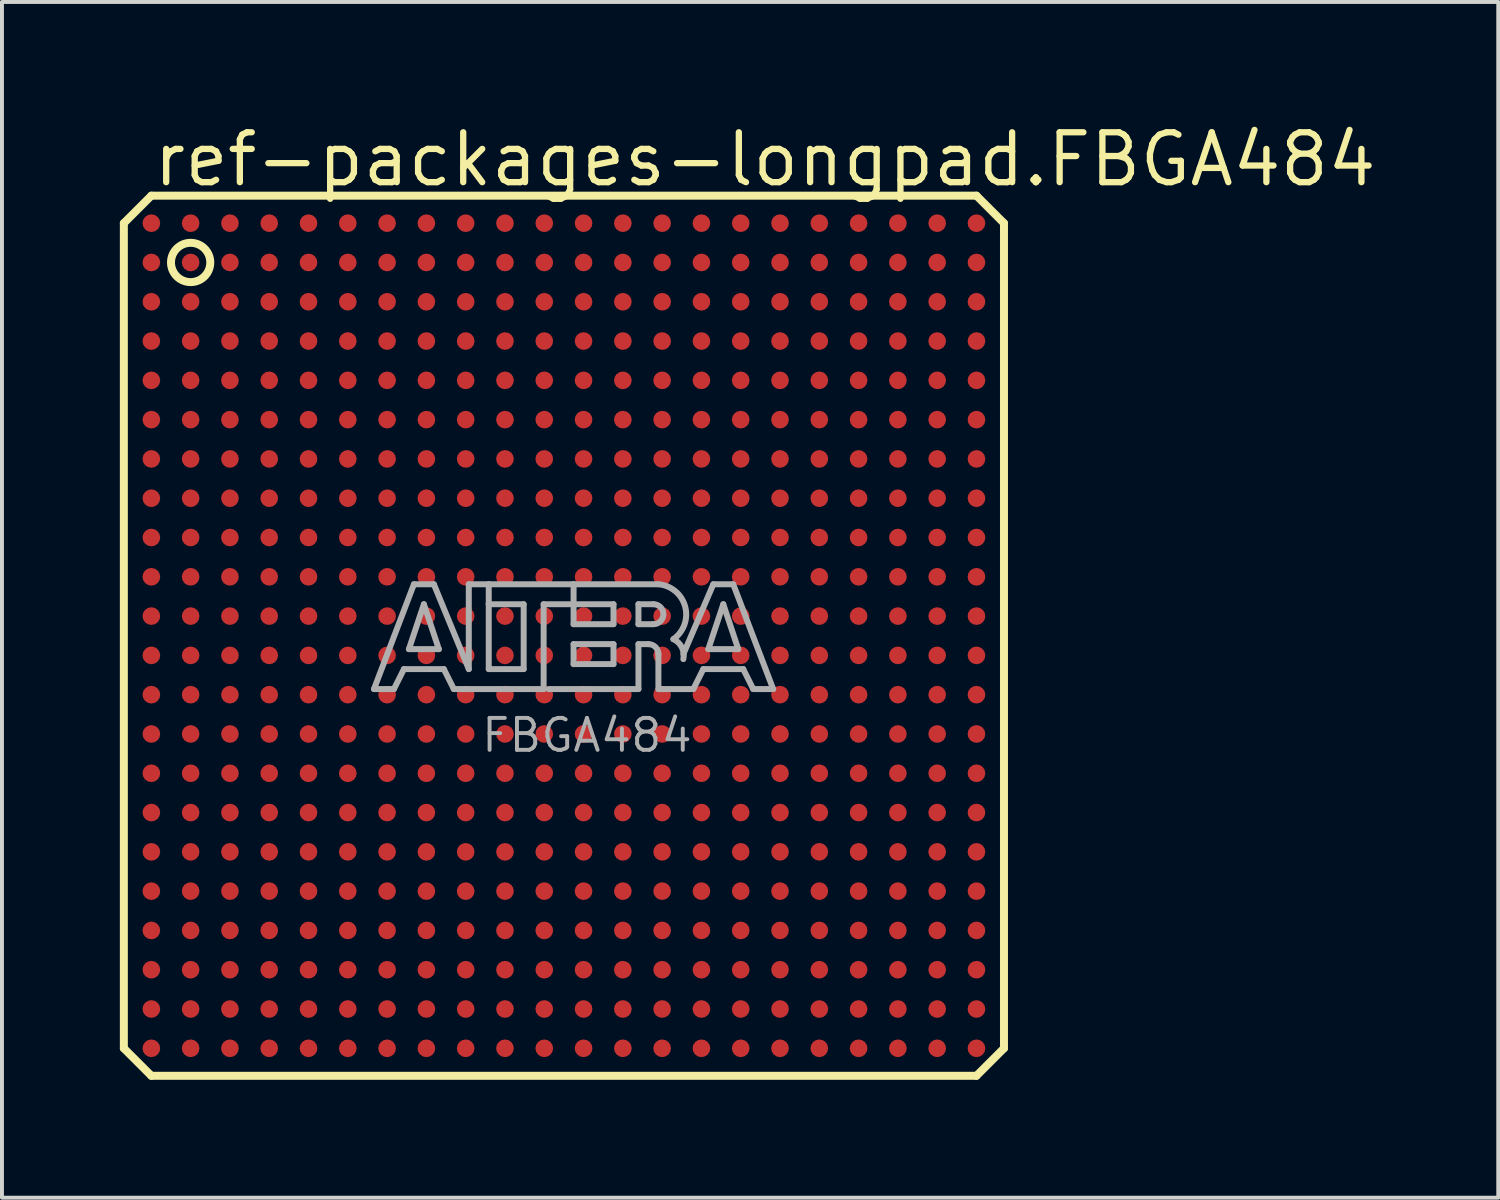
<source format=kicad_pcb>
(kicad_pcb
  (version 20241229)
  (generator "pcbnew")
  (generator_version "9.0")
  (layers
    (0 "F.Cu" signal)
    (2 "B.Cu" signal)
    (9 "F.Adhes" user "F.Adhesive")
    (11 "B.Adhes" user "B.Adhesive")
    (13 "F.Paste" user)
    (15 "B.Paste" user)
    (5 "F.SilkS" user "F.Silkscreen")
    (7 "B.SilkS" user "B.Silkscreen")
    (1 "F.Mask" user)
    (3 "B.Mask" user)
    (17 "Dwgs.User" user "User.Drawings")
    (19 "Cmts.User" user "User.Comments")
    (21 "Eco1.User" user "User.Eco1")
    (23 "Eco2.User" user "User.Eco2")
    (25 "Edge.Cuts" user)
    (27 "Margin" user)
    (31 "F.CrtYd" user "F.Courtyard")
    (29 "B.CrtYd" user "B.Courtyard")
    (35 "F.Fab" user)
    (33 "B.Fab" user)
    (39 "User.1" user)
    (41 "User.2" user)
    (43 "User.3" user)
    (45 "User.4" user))
  (footprint "ref-packages-longpad.FBGA484"
    (layer "F.Cu")
    (at 11.302 13.13)
    (property "Reference" "ref-packages-longpad.FBGA484" (at -10.53 -11.38 0) (layer "F.SilkS") (effects (font (size 1.27 1.27) (thickness 0.16)) (justify left bottom)))
    (attr smd)
    (fp_line (start -11.2 -10.5) (end -11.2 10.5) (stroke (width 0.203) (type default)) (layer "F.SilkS"))
    (fp_line (start -11.2 10.5) (end -10.5 11.2) (stroke (width 0.203) (type default)) (layer "F.SilkS"))
    (fp_line (start -10.5 -11.2) (end -11.2 -10.5) (stroke (width 0.203) (type default)) (layer "F.SilkS"))
    (fp_line (start -10.5 11.2) (end 10.5 11.2) (stroke (width 0.203) (type default)) (layer "F.SilkS"))
    (fp_line (start 10.5 -11.2) (end -10.5 -11.2) (stroke (width 0.203) (type default)) (layer "F.SilkS"))
    (fp_line (start 10.5 11.2) (end 11.2 10.5) (stroke (width 0.203) (type default)) (layer "F.SilkS"))
    (fp_line (start 11.2 -10.5) (end 10.5 -11.2) (stroke (width 0.203) (type default)) (layer "F.SilkS"))
    (fp_line (start 11.2 10.5) (end 11.2 -10.5) (stroke (width 0.203) (type default)) (layer "F.SilkS"))
    (fp_circle (center -9.5 -9.5) (end -9 -9.5) (stroke (width 0.203) (type default)) (fill no) (layer "F.SilkS"))
    (fp_line (start -4.834 1.357) (end -3.818 -1.31) (stroke (width 0.152) (type default)) (layer "F.Fab"))
    (fp_line (start -4.326 1.357) (end -4.834 1.357) (stroke (width 0.152) (type default)) (layer "F.Fab"))
    (fp_line (start -4.072 0.849) (end -4.326 1.357) (stroke (width 0.152) (type default)) (layer "F.Fab"))
    (fp_line (start -3.945 0.341) (end -3.183 0.341) (stroke (width 0.152) (type default)) (layer "F.Fab"))
    (fp_line (start -3.818 -1.31) (end -3.31 -1.31) (stroke (width 0.152) (type default)) (layer "F.Fab"))
    (fp_line (start -3.564 -0.802) (end -3.945 0.341) (stroke (width 0.152) (type default)) (layer "F.Fab"))
    (fp_line (start -3.31 -1.31) (end -2.421 0.849) (stroke (width 0.152) (type default)) (layer "F.Fab"))
    (fp_line (start -3.183 0.341) (end -3.564 -0.802) (stroke (width 0.152) (type default)) (layer "F.Fab"))
    (fp_line (start -3.056 0.849) (end -4.072 0.849) (stroke (width 0.152) (type default)) (layer "F.Fab"))
    (fp_line (start -2.802 1.357) (end -3.056 0.849) (stroke (width 0.152) (type default)) (layer "F.Fab"))
    (fp_line (start -2.421 -1.31) (end -1.913 -1.31) (stroke (width 0.152) (type default)) (layer "F.Fab"))
    (fp_line (start -2.421 0.849) (end -2.421 -1.31) (stroke (width 0.152) (type default)) (layer "F.Fab"))
    (fp_line (start -1.913 -1.31) (end -1.913 -0.802) (stroke (width 0.152) (type default)) (layer "F.Fab"))
    (fp_line (start -1.913 -1.31) (end 0.246 -1.31) (stroke (width 0.152) (type default)) (layer "F.Fab"))
    (fp_line (start -1.913 -0.802) (end -1.913 0.849) (stroke (width 0.152) (type default)) (layer "F.Fab"))
    (fp_line (start -1.913 0.849) (end -1.024 0.849) (stroke (width 0.152) (type default)) (layer "F.Fab"))
    (fp_line (start -1.024 -0.802) (end -1.913 -0.802) (stroke (width 0.152) (type default)) (layer "F.Fab"))
    (fp_line (start -1.024 0.849) (end -1.024 -0.802) (stroke (width 0.152) (type default)) (layer "F.Fab"))
    (fp_line (start -0.516 -0.802) (end -0.516 1.357) (stroke (width 0.152) (type default)) (layer "F.Fab"))
    (fp_line (start -0.516 1.357) (end -2.802 1.357) (stroke (width 0.152) (type default)) (layer "F.Fab"))
    (fp_line (start 0.246 -1.31) (end 0.246 -0.802) (stroke (width 0.152) (type default)) (layer "F.Fab"))
    (fp_line (start 0.246 -1.31) (end 2.405 -1.31) (stroke (width 0.152) (type default)) (layer "F.Fab"))
    (fp_line (start 0.246 -0.802) (end -0.516 -0.802) (stroke (width 0.152) (type default)) (layer "F.Fab"))
    (fp_line (start 0.246 -0.802) (end 0.246 -0.294) (stroke (width 0.152) (type default)) (layer "F.Fab"))
    (fp_line (start 0.246 -0.294) (end 1.262 -0.294) (stroke (width 0.152) (type default)) (layer "F.Fab"))
    (fp_line (start 0.246 0.214) (end 1.262 0.214) (stroke (width 0.152) (type default)) (layer "F.Fab"))
    (fp_line (start 0.246 0.722) (end 0.246 0.214) (stroke (width 0.152) (type default)) (layer "F.Fab"))
    (fp_line (start 1.262 -0.802) (end 0.246 -0.802) (stroke (width 0.152) (type default)) (layer "F.Fab"))
    (fp_line (start 1.262 -0.294) (end 1.262 -0.802) (stroke (width 0.152) (type default)) (layer "F.Fab"))
    (fp_line (start 1.262 0.214) (end 1.262 0.722) (stroke (width 0.152) (type default)) (layer "F.Fab"))
    (fp_line (start 1.262 0.722) (end 0.246 0.722) (stroke (width 0.152) (type default)) (layer "F.Fab"))
    (fp_line (start 1.897 -0.802) (end 1.897 -0.294) (stroke (width 0.152) (type default)) (layer "F.Fab"))
    (fp_line (start 1.897 -0.294) (end 2.278 -0.294) (stroke (width 0.152) (type default)) (layer "F.Fab"))
    (fp_line (start 1.897 0.214) (end 1.897 1.357) (stroke (width 0.152) (type default)) (layer "F.Fab"))
    (fp_line (start 1.897 0.214) (end 2.151 0.214) (stroke (width 0.152) (type default)) (layer "F.Fab"))
    (fp_line (start 1.897 1.357) (end -0.389 1.357) (stroke (width 0.152) (type default)) (layer "F.Fab"))
    (fp_line (start 2.278 -0.802) (end 1.897 -0.802) (stroke (width 0.152) (type default)) (layer "F.Fab"))
    (fp_line (start 2.405 0.468) (end 2.405 1.357) (stroke (width 0.152) (type default)) (layer "F.Fab"))
    (fp_line (start 2.405 1.357) (end 3.294 1.357) (stroke (width 0.152) (type default)) (layer "F.Fab"))
    (fp_line (start 3.294 1.357) (end 3.548 0.849) (stroke (width 0.152) (type default)) (layer "F.Fab"))
    (fp_line (start 3.548 0.849) (end 4.564 0.849) (stroke (width 0.152) (type default)) (layer "F.Fab"))
    (fp_line (start 3.675 0.341) (end 4.056 -0.802) (stroke (width 0.152) (type default)) (layer "F.Fab"))
    (fp_line (start 3.802 -1.31) (end 3.04 0.468) (stroke (width 0.152) (type default)) (layer "F.Fab"))
    (fp_line (start 4.056 -0.802) (end 4.437 0.341) (stroke (width 0.152) (type default)) (layer "F.Fab"))
    (fp_line (start 4.31 -1.31) (end 3.802 -1.31) (stroke (width 0.152) (type default)) (layer "F.Fab"))
    (fp_line (start 4.437 0.341) (end 3.675 0.341) (stroke (width 0.152) (type default)) (layer "F.Fab"))
    (fp_line (start 4.564 0.849) (end 4.818 1.357) (stroke (width 0.152) (type default)) (layer "F.Fab"))
    (fp_line (start 4.818 1.357) (end 5.326 1.357) (stroke (width 0.152) (type default)) (layer "F.Fab"))
    (fp_line (start 5.326 1.357) (end 4.31 -1.31) (stroke (width 0.152) (type default)) (layer "F.Fab"))
    (fp_arc (start 2.151 0.214) (mid 2.330605 0.288395) (end 2.405 0.468) (stroke (width 0.1524) (type default)) (layer "F.Fab"))
    (fp_arc (start 2.278 -0.802) (mid 2.532 -0.548) (end 2.278 -0.294) (stroke (width 0.1524) (type default)) (layer "F.Fab"))
    (fp_arc (start 2.405 -1.31) (mid 3.084953 -0.74477) (end 2.7861 0.0874) (stroke (width 0.1524) (type default)) (layer "F.Fab"))
    (fp_arc (start 2.7861 0.0871) (mid 3.002081 0.296587) (end 3.0398 0.5951) (stroke (width 0.1524) (type default)) (layer "F.Fab"))
    (fp_text user "FBGA484" (at -2.151 3.009 0) (layer "F.Fab") (effects (font (size 0.813 0.813) (thickness 0.1)) (justify left bottom)))
    (pad "A1" smd roundrect (at -10.5 -10.5) (size 0.45 0.45) (layers "F.Cu" "F.Mask" "F.Paste") (roundrect_rratio 0.5))
    (pad "A2" smd roundrect (at -9.5 -10.5) (size 0.45 0.45) (layers "F.Cu" "F.Mask" "F.Paste") (roundrect_rratio 0.5))
    (pad "A3" smd roundrect (at -8.5 -10.5) (size 0.45 0.45) (layers "F.Cu" "F.Mask" "F.Paste") (roundrect_rratio 0.5))
    (pad "A4" smd roundrect (at -7.5 -10.5) (size 0.45 0.45) (layers "F.Cu" "F.Mask" "F.Paste") (roundrect_rratio 0.5))
    (pad "A5" smd roundrect (at -6.5 -10.5) (size 0.45 0.45) (layers "F.Cu" "F.Mask" "F.Paste") (roundrect_rratio 0.5))
    (pad "A6" smd roundrect (at -5.5 -10.5) (size 0.45 0.45) (layers "F.Cu" "F.Mask" "F.Paste") (roundrect_rratio 0.5))
    (pad "A7" smd roundrect (at -4.5 -10.5) (size 0.45 0.45) (layers "F.Cu" "F.Mask" "F.Paste") (roundrect_rratio 0.5))
    (pad "A8" smd roundrect (at -3.5 -10.5) (size 0.45 0.45) (layers "F.Cu" "F.Mask" "F.Paste") (roundrect_rratio 0.5))
    (pad "A9" smd roundrect (at -2.5 -10.5) (size 0.45 0.45) (layers "F.Cu" "F.Mask" "F.Paste") (roundrect_rratio 0.5))
    (pad "A10" smd roundrect (at -1.5 -10.5) (size 0.45 0.45) (layers "F.Cu" "F.Mask" "F.Paste") (roundrect_rratio 0.5))
    (pad "A11" smd roundrect (at -0.5 -10.5) (size 0.45 0.45) (layers "F.Cu" "F.Mask" "F.Paste") (roundrect_rratio 0.5))
    (pad "A12" smd roundrect (at 0.5 -10.5) (size 0.45 0.45) (layers "F.Cu" "F.Mask" "F.Paste") (roundrect_rratio 0.5))
    (pad "A13" smd roundrect (at 1.5 -10.5) (size 0.45 0.45) (layers "F.Cu" "F.Mask" "F.Paste") (roundrect_rratio 0.5))
    (pad "A14" smd roundrect (at 2.5 -10.5) (size 0.45 0.45) (layers "F.Cu" "F.Mask" "F.Paste") (roundrect_rratio 0.5))
    (pad "A15" smd roundrect (at 3.5 -10.5) (size 0.45 0.45) (layers "F.Cu" "F.Mask" "F.Paste") (roundrect_rratio 0.5))
    (pad "A16" smd roundrect (at 4.5 -10.5) (size 0.45 0.45) (layers "F.Cu" "F.Mask" "F.Paste") (roundrect_rratio 0.5))
    (pad "A17" smd roundrect (at 5.5 -10.5) (size 0.45 0.45) (layers "F.Cu" "F.Mask" "F.Paste") (roundrect_rratio 0.5))
    (pad "A18" smd roundrect (at 6.5 -10.5) (size 0.45 0.45) (layers "F.Cu" "F.Mask" "F.Paste") (roundrect_rratio 0.5))
    (pad "A19" smd roundrect (at 7.5 -10.5) (size 0.45 0.45) (layers "F.Cu" "F.Mask" "F.Paste") (roundrect_rratio 0.5))
    (pad "A20" smd roundrect (at 8.5 -10.5) (size 0.45 0.45) (layers "F.Cu" "F.Mask" "F.Paste") (roundrect_rratio 0.5))
    (pad "A21" smd roundrect (at 9.5 -10.5) (size 0.45 0.45) (layers "F.Cu" "F.Mask" "F.Paste") (roundrect_rratio 0.5))
    (pad "A22" smd roundrect (at 10.5 -10.5) (size 0.45 0.45) (layers "F.Cu" "F.Mask" "F.Paste") (roundrect_rratio 0.5))
    (pad "AA1" smd roundrect (at -10.5 9.5) (size 0.45 0.45) (layers "F.Cu" "F.Mask" "F.Paste") (roundrect_rratio 0.5))
    (pad "AA2" smd roundrect (at -9.5 9.5) (size 0.45 0.45) (layers "F.Cu" "F.Mask" "F.Paste") (roundrect_rratio 0.5))
    (pad "AA3" smd roundrect (at -8.5 9.5) (size 0.45 0.45) (layers "F.Cu" "F.Mask" "F.Paste") (roundrect_rratio 0.5))
    (pad "AA4" smd roundrect (at -7.5 9.5) (size 0.45 0.45) (layers "F.Cu" "F.Mask" "F.Paste") (roundrect_rratio 0.5))
    (pad "AA5" smd roundrect (at -6.5 9.5) (size 0.45 0.45) (layers "F.Cu" "F.Mask" "F.Paste") (roundrect_rratio 0.5))
    (pad "AA6" smd roundrect (at -5.5 9.5) (size 0.45 0.45) (layers "F.Cu" "F.Mask" "F.Paste") (roundrect_rratio 0.5))
    (pad "AA7" smd roundrect (at -4.5 9.5) (size 0.45 0.45) (layers "F.Cu" "F.Mask" "F.Paste") (roundrect_rratio 0.5))
    (pad "AA8" smd roundrect (at -3.5 9.5) (size 0.45 0.45) (layers "F.Cu" "F.Mask" "F.Paste") (roundrect_rratio 0.5))
    (pad "AA9" smd roundrect (at -2.5 9.5) (size 0.45 0.45) (layers "F.Cu" "F.Mask" "F.Paste") (roundrect_rratio 0.5))
    (pad "AA10" smd roundrect (at -1.5 9.5) (size 0.45 0.45) (layers "F.Cu" "F.Mask" "F.Paste") (roundrect_rratio 0.5))
    (pad "AA11" smd roundrect (at -0.5 9.5) (size 0.45 0.45) (layers "F.Cu" "F.Mask" "F.Paste") (roundrect_rratio 0.5))
    (pad "AA12" smd roundrect (at 0.5 9.5) (size 0.45 0.45) (layers "F.Cu" "F.Mask" "F.Paste") (roundrect_rratio 0.5))
    (pad "AA13" smd roundrect (at 1.5 9.5) (size 0.45 0.45) (layers "F.Cu" "F.Mask" "F.Paste") (roundrect_rratio 0.5))
    (pad "AA14" smd roundrect (at 2.5 9.5) (size 0.45 0.45) (layers "F.Cu" "F.Mask" "F.Paste") (roundrect_rratio 0.5))
    (pad "AA15" smd roundrect (at 3.5 9.5) (size 0.45 0.45) (layers "F.Cu" "F.Mask" "F.Paste") (roundrect_rratio 0.5))
    (pad "AA16" smd roundrect (at 4.5 9.5) (size 0.45 0.45) (layers "F.Cu" "F.Mask" "F.Paste") (roundrect_rratio 0.5))
    (pad "AA17" smd roundrect (at 5.5 9.5) (size 0.45 0.45) (layers "F.Cu" "F.Mask" "F.Paste") (roundrect_rratio 0.5))
    (pad "AA18" smd roundrect (at 6.5 9.5) (size 0.45 0.45) (layers "F.Cu" "F.Mask" "F.Paste") (roundrect_rratio 0.5))
    (pad "AA19" smd roundrect (at 7.5 9.5) (size 0.45 0.45) (layers "F.Cu" "F.Mask" "F.Paste") (roundrect_rratio 0.5))
    (pad "AA20" smd roundrect (at 8.5 9.5) (size 0.45 0.45) (layers "F.Cu" "F.Mask" "F.Paste") (roundrect_rratio 0.5))
    (pad "AA21" smd roundrect (at 9.5 9.5) (size 0.45 0.45) (layers "F.Cu" "F.Mask" "F.Paste") (roundrect_rratio 0.5))
    (pad "AA22" smd roundrect (at 10.5 9.5) (size 0.45 0.45) (layers "F.Cu" "F.Mask" "F.Paste") (roundrect_rratio 0.5))
    (pad "AB1" smd roundrect (at -10.5 10.5) (size 0.45 0.45) (layers "F.Cu" "F.Mask" "F.Paste") (roundrect_rratio 0.5))
    (pad "AB2" smd roundrect (at -9.5 10.5) (size 0.45 0.45) (layers "F.Cu" "F.Mask" "F.Paste") (roundrect_rratio 0.5))
    (pad "AB3" smd roundrect (at -8.5 10.5) (size 0.45 0.45) (layers "F.Cu" "F.Mask" "F.Paste") (roundrect_rratio 0.5))
    (pad "AB4" smd roundrect (at -7.5 10.5) (size 0.45 0.45) (layers "F.Cu" "F.Mask" "F.Paste") (roundrect_rratio 0.5))
    (pad "AB5" smd roundrect (at -6.5 10.5) (size 0.45 0.45) (layers "F.Cu" "F.Mask" "F.Paste") (roundrect_rratio 0.5))
    (pad "AB6" smd roundrect (at -5.5 10.5) (size 0.45 0.45) (layers "F.Cu" "F.Mask" "F.Paste") (roundrect_rratio 0.5))
    (pad "AB7" smd roundrect (at -4.5 10.5) (size 0.45 0.45) (layers "F.Cu" "F.Mask" "F.Paste") (roundrect_rratio 0.5))
    (pad "AB8" smd roundrect (at -3.5 10.5) (size 0.45 0.45) (layers "F.Cu" "F.Mask" "F.Paste") (roundrect_rratio 0.5))
    (pad "AB9" smd roundrect (at -2.5 10.5) (size 0.45 0.45) (layers "F.Cu" "F.Mask" "F.Paste") (roundrect_rratio 0.5))
    (pad "AB10" smd roundrect (at -1.5 10.5) (size 0.45 0.45) (layers "F.Cu" "F.Mask" "F.Paste") (roundrect_rratio 0.5))
    (pad "AB11" smd roundrect (at -0.5 10.5) (size 0.45 0.45) (layers "F.Cu" "F.Mask" "F.Paste") (roundrect_rratio 0.5))
    (pad "AB12" smd roundrect (at 0.5 10.5) (size 0.45 0.45) (layers "F.Cu" "F.Mask" "F.Paste") (roundrect_rratio 0.5))
    (pad "AB13" smd roundrect (at 1.5 10.5) (size 0.45 0.45) (layers "F.Cu" "F.Mask" "F.Paste") (roundrect_rratio 0.5))
    (pad "AB14" smd roundrect (at 2.5 10.5) (size 0.45 0.45) (layers "F.Cu" "F.Mask" "F.Paste") (roundrect_rratio 0.5))
    (pad "AB15" smd roundrect (at 3.5 10.5) (size 0.45 0.45) (layers "F.Cu" "F.Mask" "F.Paste") (roundrect_rratio 0.5))
    (pad "AB16" smd roundrect (at 4.5 10.5) (size 0.45 0.45) (layers "F.Cu" "F.Mask" "F.Paste") (roundrect_rratio 0.5))
    (pad "AB17" smd roundrect (at 5.5 10.5) (size 0.45 0.45) (layers "F.Cu" "F.Mask" "F.Paste") (roundrect_rratio 0.5))
    (pad "AB18" smd roundrect (at 6.5 10.5) (size 0.45 0.45) (layers "F.Cu" "F.Mask" "F.Paste") (roundrect_rratio 0.5))
    (pad "AB19" smd roundrect (at 7.5 10.5) (size 0.45 0.45) (layers "F.Cu" "F.Mask" "F.Paste") (roundrect_rratio 0.5))
    (pad "AB20" smd roundrect (at 8.5 10.5) (size 0.45 0.45) (layers "F.Cu" "F.Mask" "F.Paste") (roundrect_rratio 0.5))
    (pad "AB21" smd roundrect (at 9.5 10.5) (size 0.45 0.45) (layers "F.Cu" "F.Mask" "F.Paste") (roundrect_rratio 0.5))
    (pad "AB22" smd roundrect (at 10.5 10.5) (size 0.45 0.45) (layers "F.Cu" "F.Mask" "F.Paste") (roundrect_rratio 0.5))
    (pad "B1" smd roundrect (at -10.5 -9.5) (size 0.45 0.45) (layers "F.Cu" "F.Mask" "F.Paste") (roundrect_rratio 0.5))
    (pad "B2" smd roundrect (at -9.5 -9.5) (size 0.45 0.45) (layers "F.Cu" "F.Mask" "F.Paste") (roundrect_rratio 0.5))
    (pad "B3" smd roundrect (at -8.5 -9.5) (size 0.45 0.45) (layers "F.Cu" "F.Mask" "F.Paste") (roundrect_rratio 0.5))
    (pad "B4" smd roundrect (at -7.5 -9.5) (size 0.45 0.45) (layers "F.Cu" "F.Mask" "F.Paste") (roundrect_rratio 0.5))
    (pad "B5" smd roundrect (at -6.5 -9.5) (size 0.45 0.45) (layers "F.Cu" "F.Mask" "F.Paste") (roundrect_rratio 0.5))
    (pad "B6" smd roundrect (at -5.5 -9.5) (size 0.45 0.45) (layers "F.Cu" "F.Mask" "F.Paste") (roundrect_rratio 0.5))
    (pad "B7" smd roundrect (at -4.5 -9.5) (size 0.45 0.45) (layers "F.Cu" "F.Mask" "F.Paste") (roundrect_rratio 0.5))
    (pad "B8" smd roundrect (at -3.5 -9.5) (size 0.45 0.45) (layers "F.Cu" "F.Mask" "F.Paste") (roundrect_rratio 0.5))
    (pad "B9" smd roundrect (at -2.5 -9.5) (size 0.45 0.45) (layers "F.Cu" "F.Mask" "F.Paste") (roundrect_rratio 0.5))
    (pad "B10" smd roundrect (at -1.5 -9.5) (size 0.45 0.45) (layers "F.Cu" "F.Mask" "F.Paste") (roundrect_rratio 0.5))
    (pad "B11" smd roundrect (at -0.5 -9.5) (size 0.45 0.45) (layers "F.Cu" "F.Mask" "F.Paste") (roundrect_rratio 0.5))
    (pad "B12" smd roundrect (at 0.5 -9.5) (size 0.45 0.45) (layers "F.Cu" "F.Mask" "F.Paste") (roundrect_rratio 0.5))
    (pad "B13" smd roundrect (at 1.5 -9.5) (size 0.45 0.45) (layers "F.Cu" "F.Mask" "F.Paste") (roundrect_rratio 0.5))
    (pad "B14" smd roundrect (at 2.5 -9.5) (size 0.45 0.45) (layers "F.Cu" "F.Mask" "F.Paste") (roundrect_rratio 0.5))
    (pad "B15" smd roundrect (at 3.5 -9.5) (size 0.45 0.45) (layers "F.Cu" "F.Mask" "F.Paste") (roundrect_rratio 0.5))
    (pad "B16" smd roundrect (at 4.5 -9.5) (size 0.45 0.45) (layers "F.Cu" "F.Mask" "F.Paste") (roundrect_rratio 0.5))
    (pad "B17" smd roundrect (at 5.5 -9.5) (size 0.45 0.45) (layers "F.Cu" "F.Mask" "F.Paste") (roundrect_rratio 0.5))
    (pad "B18" smd roundrect (at 6.5 -9.5) (size 0.45 0.45) (layers "F.Cu" "F.Mask" "F.Paste") (roundrect_rratio 0.5))
    (pad "B19" smd roundrect (at 7.5 -9.5) (size 0.45 0.45) (layers "F.Cu" "F.Mask" "F.Paste") (roundrect_rratio 0.5))
    (pad "B20" smd roundrect (at 8.5 -9.5) (size 0.45 0.45) (layers "F.Cu" "F.Mask" "F.Paste") (roundrect_rratio 0.5))
    (pad "B21" smd roundrect (at 9.5 -9.5) (size 0.45 0.45) (layers "F.Cu" "F.Mask" "F.Paste") (roundrect_rratio 0.5))
    (pad "B22" smd roundrect (at 10.5 -9.5) (size 0.45 0.45) (layers "F.Cu" "F.Mask" "F.Paste") (roundrect_rratio 0.5))
    (pad "C1" smd roundrect (at -10.5 -8.5) (size 0.45 0.45) (layers "F.Cu" "F.Mask" "F.Paste") (roundrect_rratio 0.5))
    (pad "C2" smd roundrect (at -9.5 -8.5) (size 0.45 0.45) (layers "F.Cu" "F.Mask" "F.Paste") (roundrect_rratio 0.5))
    (pad "C3" smd roundrect (at -8.5 -8.5) (size 0.45 0.45) (layers "F.Cu" "F.Mask" "F.Paste") (roundrect_rratio 0.5))
    (pad "C4" smd roundrect (at -7.5 -8.5) (size 0.45 0.45) (layers "F.Cu" "F.Mask" "F.Paste") (roundrect_rratio 0.5))
    (pad "C5" smd roundrect (at -6.5 -8.5) (size 0.45 0.45) (layers "F.Cu" "F.Mask" "F.Paste") (roundrect_rratio 0.5))
    (pad "C6" smd roundrect (at -5.5 -8.5) (size 0.45 0.45) (layers "F.Cu" "F.Mask" "F.Paste") (roundrect_rratio 0.5))
    (pad "C7" smd roundrect (at -4.5 -8.5) (size 0.45 0.45) (layers "F.Cu" "F.Mask" "F.Paste") (roundrect_rratio 0.5))
    (pad "C8" smd roundrect (at -3.5 -8.5) (size 0.45 0.45) (layers "F.Cu" "F.Mask" "F.Paste") (roundrect_rratio 0.5))
    (pad "C9" smd roundrect (at -2.5 -8.5) (size 0.45 0.45) (layers "F.Cu" "F.Mask" "F.Paste") (roundrect_rratio 0.5))
    (pad "C10" smd roundrect (at -1.5 -8.5) (size 0.45 0.45) (layers "F.Cu" "F.Mask" "F.Paste") (roundrect_rratio 0.5))
    (pad "C11" smd roundrect (at -0.5 -8.5) (size 0.45 0.45) (layers "F.Cu" "F.Mask" "F.Paste") (roundrect_rratio 0.5))
    (pad "C12" smd roundrect (at 0.5 -8.5) (size 0.45 0.45) (layers "F.Cu" "F.Mask" "F.Paste") (roundrect_rratio 0.5))
    (pad "C13" smd roundrect (at 1.5 -8.5) (size 0.45 0.45) (layers "F.Cu" "F.Mask" "F.Paste") (roundrect_rratio 0.5))
    (pad "C14" smd roundrect (at 2.5 -8.5) (size 0.45 0.45) (layers "F.Cu" "F.Mask" "F.Paste") (roundrect_rratio 0.5))
    (pad "C15" smd roundrect (at 3.5 -8.5) (size 0.45 0.45) (layers "F.Cu" "F.Mask" "F.Paste") (roundrect_rratio 0.5))
    (pad "C16" smd roundrect (at 4.5 -8.5) (size 0.45 0.45) (layers "F.Cu" "F.Mask" "F.Paste") (roundrect_rratio 0.5))
    (pad "C17" smd roundrect (at 5.5 -8.5) (size 0.45 0.45) (layers "F.Cu" "F.Mask" "F.Paste") (roundrect_rratio 0.5))
    (pad "C18" smd roundrect (at 6.5 -8.5) (size 0.45 0.45) (layers "F.Cu" "F.Mask" "F.Paste") (roundrect_rratio 0.5))
    (pad "C19" smd roundrect (at 7.5 -8.5) (size 0.45 0.45) (layers "F.Cu" "F.Mask" "F.Paste") (roundrect_rratio 0.5))
    (pad "C20" smd roundrect (at 8.5 -8.5) (size 0.45 0.45) (layers "F.Cu" "F.Mask" "F.Paste") (roundrect_rratio 0.5))
    (pad "C21" smd roundrect (at 9.5 -8.5) (size 0.45 0.45) (layers "F.Cu" "F.Mask" "F.Paste") (roundrect_rratio 0.5))
    (pad "C22" smd roundrect (at 10.5 -8.5) (size 0.45 0.45) (layers "F.Cu" "F.Mask" "F.Paste") (roundrect_rratio 0.5))
    (pad "D1" smd roundrect (at -10.5 -7.5) (size 0.45 0.45) (layers "F.Cu" "F.Mask" "F.Paste") (roundrect_rratio 0.5))
    (pad "D2" smd roundrect (at -9.5 -7.5) (size 0.45 0.45) (layers "F.Cu" "F.Mask" "F.Paste") (roundrect_rratio 0.5))
    (pad "D3" smd roundrect (at -8.5 -7.5) (size 0.45 0.45) (layers "F.Cu" "F.Mask" "F.Paste") (roundrect_rratio 0.5))
    (pad "D4" smd roundrect (at -7.5 -7.5) (size 0.45 0.45) (layers "F.Cu" "F.Mask" "F.Paste") (roundrect_rratio 0.5))
    (pad "D5" smd roundrect (at -6.5 -7.5) (size 0.45 0.45) (layers "F.Cu" "F.Mask" "F.Paste") (roundrect_rratio 0.5))
    (pad "D6" smd roundrect (at -5.5 -7.5) (size 0.45 0.45) (layers "F.Cu" "F.Mask" "F.Paste") (roundrect_rratio 0.5))
    (pad "D7" smd roundrect (at -4.5 -7.5) (size 0.45 0.45) (layers "F.Cu" "F.Mask" "F.Paste") (roundrect_rratio 0.5))
    (pad "D8" smd roundrect (at -3.5 -7.5) (size 0.45 0.45) (layers "F.Cu" "F.Mask" "F.Paste") (roundrect_rratio 0.5))
    (pad "D9" smd roundrect (at -2.5 -7.5) (size 0.45 0.45) (layers "F.Cu" "F.Mask" "F.Paste") (roundrect_rratio 0.5))
    (pad "D10" smd roundrect (at -1.5 -7.5) (size 0.45 0.45) (layers "F.Cu" "F.Mask" "F.Paste") (roundrect_rratio 0.5))
    (pad "D11" smd roundrect (at -0.5 -7.5) (size 0.45 0.45) (layers "F.Cu" "F.Mask" "F.Paste") (roundrect_rratio 0.5))
    (pad "D12" smd roundrect (at 0.5 -7.5) (size 0.45 0.45) (layers "F.Cu" "F.Mask" "F.Paste") (roundrect_rratio 0.5))
    (pad "D13" smd roundrect (at 1.5 -7.5) (size 0.45 0.45) (layers "F.Cu" "F.Mask" "F.Paste") (roundrect_rratio 0.5))
    (pad "D14" smd roundrect (at 2.5 -7.5) (size 0.45 0.45) (layers "F.Cu" "F.Mask" "F.Paste") (roundrect_rratio 0.5))
    (pad "D15" smd roundrect (at 3.5 -7.5) (size 0.45 0.45) (layers "F.Cu" "F.Mask" "F.Paste") (roundrect_rratio 0.5))
    (pad "D16" smd roundrect (at 4.5 -7.5) (size 0.45 0.45) (layers "F.Cu" "F.Mask" "F.Paste") (roundrect_rratio 0.5))
    (pad "D17" smd roundrect (at 5.5 -7.5) (size 0.45 0.45) (layers "F.Cu" "F.Mask" "F.Paste") (roundrect_rratio 0.5))
    (pad "D18" smd roundrect (at 6.5 -7.5) (size 0.45 0.45) (layers "F.Cu" "F.Mask" "F.Paste") (roundrect_rratio 0.5))
    (pad "D19" smd roundrect (at 7.5 -7.5) (size 0.45 0.45) (layers "F.Cu" "F.Mask" "F.Paste") (roundrect_rratio 0.5))
    (pad "D20" smd roundrect (at 8.5 -7.5) (size 0.45 0.45) (layers "F.Cu" "F.Mask" "F.Paste") (roundrect_rratio 0.5))
    (pad "D21" smd roundrect (at 9.5 -7.5) (size 0.45 0.45) (layers "F.Cu" "F.Mask" "F.Paste") (roundrect_rratio 0.5))
    (pad "D22" smd roundrect (at 10.5 -7.5) (size 0.45 0.45) (layers "F.Cu" "F.Mask" "F.Paste") (roundrect_rratio 0.5))
    (pad "E1" smd roundrect (at -10.5 -6.5) (size 0.45 0.45) (layers "F.Cu" "F.Mask" "F.Paste") (roundrect_rratio 0.5))
    (pad "E2" smd roundrect (at -9.5 -6.5) (size 0.45 0.45) (layers "F.Cu" "F.Mask" "F.Paste") (roundrect_rratio 0.5))
    (pad "E3" smd roundrect (at -8.5 -6.5) (size 0.45 0.45) (layers "F.Cu" "F.Mask" "F.Paste") (roundrect_rratio 0.5))
    (pad "E4" smd roundrect (at -7.5 -6.5) (size 0.45 0.45) (layers "F.Cu" "F.Mask" "F.Paste") (roundrect_rratio 0.5))
    (pad "E5" smd roundrect (at -6.5 -6.5) (size 0.45 0.45) (layers "F.Cu" "F.Mask" "F.Paste") (roundrect_rratio 0.5))
    (pad "E6" smd roundrect (at -5.5 -6.5) (size 0.45 0.45) (layers "F.Cu" "F.Mask" "F.Paste") (roundrect_rratio 0.5))
    (pad "E7" smd roundrect (at -4.5 -6.5) (size 0.45 0.45) (layers "F.Cu" "F.Mask" "F.Paste") (roundrect_rratio 0.5))
    (pad "E8" smd roundrect (at -3.5 -6.5) (size 0.45 0.45) (layers "F.Cu" "F.Mask" "F.Paste") (roundrect_rratio 0.5))
    (pad "E9" smd roundrect (at -2.5 -6.5) (size 0.45 0.45) (layers "F.Cu" "F.Mask" "F.Paste") (roundrect_rratio 0.5))
    (pad "E10" smd roundrect (at -1.5 -6.5) (size 0.45 0.45) (layers "F.Cu" "F.Mask" "F.Paste") (roundrect_rratio 0.5))
    (pad "E11" smd roundrect (at -0.5 -6.5) (size 0.45 0.45) (layers "F.Cu" "F.Mask" "F.Paste") (roundrect_rratio 0.5))
    (pad "E12" smd roundrect (at 0.5 -6.5) (size 0.45 0.45) (layers "F.Cu" "F.Mask" "F.Paste") (roundrect_rratio 0.5))
    (pad "E13" smd roundrect (at 1.5 -6.5) (size 0.45 0.45) (layers "F.Cu" "F.Mask" "F.Paste") (roundrect_rratio 0.5))
    (pad "E14" smd roundrect (at 2.5 -6.5) (size 0.45 0.45) (layers "F.Cu" "F.Mask" "F.Paste") (roundrect_rratio 0.5))
    (pad "E15" smd roundrect (at 3.5 -6.5) (size 0.45 0.45) (layers "F.Cu" "F.Mask" "F.Paste") (roundrect_rratio 0.5))
    (pad "E16" smd roundrect (at 4.5 -6.5) (size 0.45 0.45) (layers "F.Cu" "F.Mask" "F.Paste") (roundrect_rratio 0.5))
    (pad "E17" smd roundrect (at 5.5 -6.5) (size 0.45 0.45) (layers "F.Cu" "F.Mask" "F.Paste") (roundrect_rratio 0.5))
    (pad "E18" smd roundrect (at 6.5 -6.5) (size 0.45 0.45) (layers "F.Cu" "F.Mask" "F.Paste") (roundrect_rratio 0.5))
    (pad "E19" smd roundrect (at 7.5 -6.5) (size 0.45 0.45) (layers "F.Cu" "F.Mask" "F.Paste") (roundrect_rratio 0.5))
    (pad "E20" smd roundrect (at 8.5 -6.5) (size 0.45 0.45) (layers "F.Cu" "F.Mask" "F.Paste") (roundrect_rratio 0.5))
    (pad "E21" smd roundrect (at 9.5 -6.5) (size 0.45 0.45) (layers "F.Cu" "F.Mask" "F.Paste") (roundrect_rratio 0.5))
    (pad "E22" smd roundrect (at 10.5 -6.5) (size 0.45 0.45) (layers "F.Cu" "F.Mask" "F.Paste") (roundrect_rratio 0.5))
    (pad "F1" smd roundrect (at -10.5 -5.5) (size 0.45 0.45) (layers "F.Cu" "F.Mask" "F.Paste") (roundrect_rratio 0.5))
    (pad "F2" smd roundrect (at -9.5 -5.5) (size 0.45 0.45) (layers "F.Cu" "F.Mask" "F.Paste") (roundrect_rratio 0.5))
    (pad "F3" smd roundrect (at -8.5 -5.5) (size 0.45 0.45) (layers "F.Cu" "F.Mask" "F.Paste") (roundrect_rratio 0.5))
    (pad "F4" smd roundrect (at -7.5 -5.5) (size 0.45 0.45) (layers "F.Cu" "F.Mask" "F.Paste") (roundrect_rratio 0.5))
    (pad "F5" smd roundrect (at -6.5 -5.5) (size 0.45 0.45) (layers "F.Cu" "F.Mask" "F.Paste") (roundrect_rratio 0.5))
    (pad "F6" smd roundrect (at -5.5 -5.5) (size 0.45 0.45) (layers "F.Cu" "F.Mask" "F.Paste") (roundrect_rratio 0.5))
    (pad "F7" smd roundrect (at -4.5 -5.5) (size 0.45 0.45) (layers "F.Cu" "F.Mask" "F.Paste") (roundrect_rratio 0.5))
    (pad "F8" smd roundrect (at -3.5 -5.5) (size 0.45 0.45) (layers "F.Cu" "F.Mask" "F.Paste") (roundrect_rratio 0.5))
    (pad "F9" smd roundrect (at -2.5 -5.5) (size 0.45 0.45) (layers "F.Cu" "F.Mask" "F.Paste") (roundrect_rratio 0.5))
    (pad "F10" smd roundrect (at -1.5 -5.5) (size 0.45 0.45) (layers "F.Cu" "F.Mask" "F.Paste") (roundrect_rratio 0.5))
    (pad "F11" smd roundrect (at -0.5 -5.5) (size 0.45 0.45) (layers "F.Cu" "F.Mask" "F.Paste") (roundrect_rratio 0.5))
    (pad "F12" smd roundrect (at 0.5 -5.5) (size 0.45 0.45) (layers "F.Cu" "F.Mask" "F.Paste") (roundrect_rratio 0.5))
    (pad "F13" smd roundrect (at 1.5 -5.5) (size 0.45 0.45) (layers "F.Cu" "F.Mask" "F.Paste") (roundrect_rratio 0.5))
    (pad "F14" smd roundrect (at 2.5 -5.5) (size 0.45 0.45) (layers "F.Cu" "F.Mask" "F.Paste") (roundrect_rratio 0.5))
    (pad "F15" smd roundrect (at 3.5 -5.5) (size 0.45 0.45) (layers "F.Cu" "F.Mask" "F.Paste") (roundrect_rratio 0.5))
    (pad "F16" smd roundrect (at 4.5 -5.5) (size 0.45 0.45) (layers "F.Cu" "F.Mask" "F.Paste") (roundrect_rratio 0.5))
    (pad "F17" smd roundrect (at 5.5 -5.5) (size 0.45 0.45) (layers "F.Cu" "F.Mask" "F.Paste") (roundrect_rratio 0.5))
    (pad "F18" smd roundrect (at 6.5 -5.5) (size 0.45 0.45) (layers "F.Cu" "F.Mask" "F.Paste") (roundrect_rratio 0.5))
    (pad "F19" smd roundrect (at 7.5 -5.5) (size 0.45 0.45) (layers "F.Cu" "F.Mask" "F.Paste") (roundrect_rratio 0.5))
    (pad "F20" smd roundrect (at 8.5 -5.5) (size 0.45 0.45) (layers "F.Cu" "F.Mask" "F.Paste") (roundrect_rratio 0.5))
    (pad "F21" smd roundrect (at 9.5 -5.5) (size 0.45 0.45) (layers "F.Cu" "F.Mask" "F.Paste") (roundrect_rratio 0.5))
    (pad "F22" smd roundrect (at 10.5 -5.5) (size 0.45 0.45) (layers "F.Cu" "F.Mask" "F.Paste") (roundrect_rratio 0.5))
    (pad "G1" smd roundrect (at -10.5 -4.5) (size 0.45 0.45) (layers "F.Cu" "F.Mask" "F.Paste") (roundrect_rratio 0.5))
    (pad "G2" smd roundrect (at -9.5 -4.5) (size 0.45 0.45) (layers "F.Cu" "F.Mask" "F.Paste") (roundrect_rratio 0.5))
    (pad "G3" smd roundrect (at -8.5 -4.5) (size 0.45 0.45) (layers "F.Cu" "F.Mask" "F.Paste") (roundrect_rratio 0.5))
    (pad "G4" smd roundrect (at -7.5 -4.5) (size 0.45 0.45) (layers "F.Cu" "F.Mask" "F.Paste") (roundrect_rratio 0.5))
    (pad "G5" smd roundrect (at -6.5 -4.5) (size 0.45 0.45) (layers "F.Cu" "F.Mask" "F.Paste") (roundrect_rratio 0.5))
    (pad "G6" smd roundrect (at -5.5 -4.5) (size 0.45 0.45) (layers "F.Cu" "F.Mask" "F.Paste") (roundrect_rratio 0.5))
    (pad "G7" smd roundrect (at -4.5 -4.5) (size 0.45 0.45) (layers "F.Cu" "F.Mask" "F.Paste") (roundrect_rratio 0.5))
    (pad "G8" smd roundrect (at -3.5 -4.5) (size 0.45 0.45) (layers "F.Cu" "F.Mask" "F.Paste") (roundrect_rratio 0.5))
    (pad "G9" smd roundrect (at -2.5 -4.5) (size 0.45 0.45) (layers "F.Cu" "F.Mask" "F.Paste") (roundrect_rratio 0.5))
    (pad "G10" smd roundrect (at -1.5 -4.5) (size 0.45 0.45) (layers "F.Cu" "F.Mask" "F.Paste") (roundrect_rratio 0.5))
    (pad "G11" smd roundrect (at -0.5 -4.5) (size 0.45 0.45) (layers "F.Cu" "F.Mask" "F.Paste") (roundrect_rratio 0.5))
    (pad "G12" smd roundrect (at 0.5 -4.5) (size 0.45 0.45) (layers "F.Cu" "F.Mask" "F.Paste") (roundrect_rratio 0.5))
    (pad "G13" smd roundrect (at 1.5 -4.5) (size 0.45 0.45) (layers "F.Cu" "F.Mask" "F.Paste") (roundrect_rratio 0.5))
    (pad "G14" smd roundrect (at 2.5 -4.5) (size 0.45 0.45) (layers "F.Cu" "F.Mask" "F.Paste") (roundrect_rratio 0.5))
    (pad "G15" smd roundrect (at 3.5 -4.5) (size 0.45 0.45) (layers "F.Cu" "F.Mask" "F.Paste") (roundrect_rratio 0.5))
    (pad "G16" smd roundrect (at 4.5 -4.5) (size 0.45 0.45) (layers "F.Cu" "F.Mask" "F.Paste") (roundrect_rratio 0.5))
    (pad "G17" smd roundrect (at 5.5 -4.5) (size 0.45 0.45) (layers "F.Cu" "F.Mask" "F.Paste") (roundrect_rratio 0.5))
    (pad "G18" smd roundrect (at 6.5 -4.5) (size 0.45 0.45) (layers "F.Cu" "F.Mask" "F.Paste") (roundrect_rratio 0.5))
    (pad "G19" smd roundrect (at 7.5 -4.5) (size 0.45 0.45) (layers "F.Cu" "F.Mask" "F.Paste") (roundrect_rratio 0.5))
    (pad "G20" smd roundrect (at 8.5 -4.5) (size 0.45 0.45) (layers "F.Cu" "F.Mask" "F.Paste") (roundrect_rratio 0.5))
    (pad "G21" smd roundrect (at 9.5 -4.5) (size 0.45 0.45) (layers "F.Cu" "F.Mask" "F.Paste") (roundrect_rratio 0.5))
    (pad "G22" smd roundrect (at 10.5 -4.5) (size 0.45 0.45) (layers "F.Cu" "F.Mask" "F.Paste") (roundrect_rratio 0.5))
    (pad "H1" smd roundrect (at -10.5 -3.5) (size 0.45 0.45) (layers "F.Cu" "F.Mask" "F.Paste") (roundrect_rratio 0.5))
    (pad "H2" smd roundrect (at -9.5 -3.5) (size 0.45 0.45) (layers "F.Cu" "F.Mask" "F.Paste") (roundrect_rratio 0.5))
    (pad "H3" smd roundrect (at -8.5 -3.5) (size 0.45 0.45) (layers "F.Cu" "F.Mask" "F.Paste") (roundrect_rratio 0.5))
    (pad "H4" smd roundrect (at -7.5 -3.5) (size 0.45 0.45) (layers "F.Cu" "F.Mask" "F.Paste") (roundrect_rratio 0.5))
    (pad "H5" smd roundrect (at -6.5 -3.5) (size 0.45 0.45) (layers "F.Cu" "F.Mask" "F.Paste") (roundrect_rratio 0.5))
    (pad "H6" smd roundrect (at -5.5 -3.5) (size 0.45 0.45) (layers "F.Cu" "F.Mask" "F.Paste") (roundrect_rratio 0.5))
    (pad "H7" smd roundrect (at -4.5 -3.5) (size 0.45 0.45) (layers "F.Cu" "F.Mask" "F.Paste") (roundrect_rratio 0.5))
    (pad "H8" smd roundrect (at -3.5 -3.5) (size 0.45 0.45) (layers "F.Cu" "F.Mask" "F.Paste") (roundrect_rratio 0.5))
    (pad "H9" smd roundrect (at -2.5 -3.5) (size 0.45 0.45) (layers "F.Cu" "F.Mask" "F.Paste") (roundrect_rratio 0.5))
    (pad "H10" smd roundrect (at -1.5 -3.5) (size 0.45 0.45) (layers "F.Cu" "F.Mask" "F.Paste") (roundrect_rratio 0.5))
    (pad "H11" smd roundrect (at -0.5 -3.5) (size 0.45 0.45) (layers "F.Cu" "F.Mask" "F.Paste") (roundrect_rratio 0.5))
    (pad "H12" smd roundrect (at 0.5 -3.5) (size 0.45 0.45) (layers "F.Cu" "F.Mask" "F.Paste") (roundrect_rratio 0.5))
    (pad "H13" smd roundrect (at 1.5 -3.5) (size 0.45 0.45) (layers "F.Cu" "F.Mask" "F.Paste") (roundrect_rratio 0.5))
    (pad "H14" smd roundrect (at 2.5 -3.5) (size 0.45 0.45) (layers "F.Cu" "F.Mask" "F.Paste") (roundrect_rratio 0.5))
    (pad "H15" smd roundrect (at 3.5 -3.5) (size 0.45 0.45) (layers "F.Cu" "F.Mask" "F.Paste") (roundrect_rratio 0.5))
    (pad "H16" smd roundrect (at 4.5 -3.5) (size 0.45 0.45) (layers "F.Cu" "F.Mask" "F.Paste") (roundrect_rratio 0.5))
    (pad "H17" smd roundrect (at 5.5 -3.5) (size 0.45 0.45) (layers "F.Cu" "F.Mask" "F.Paste") (roundrect_rratio 0.5))
    (pad "H18" smd roundrect (at 6.5 -3.5) (size 0.45 0.45) (layers "F.Cu" "F.Mask" "F.Paste") (roundrect_rratio 0.5))
    (pad "H19" smd roundrect (at 7.5 -3.5) (size 0.45 0.45) (layers "F.Cu" "F.Mask" "F.Paste") (roundrect_rratio 0.5))
    (pad "H20" smd roundrect (at 8.5 -3.5) (size 0.45 0.45) (layers "F.Cu" "F.Mask" "F.Paste") (roundrect_rratio 0.5))
    (pad "H21" smd roundrect (at 9.5 -3.5) (size 0.45 0.45) (layers "F.Cu" "F.Mask" "F.Paste") (roundrect_rratio 0.5))
    (pad "H22" smd roundrect (at 10.5 -3.5) (size 0.45 0.45) (layers "F.Cu" "F.Mask" "F.Paste") (roundrect_rratio 0.5))
    (pad "J1" smd roundrect (at -10.5 -2.5) (size 0.45 0.45) (layers "F.Cu" "F.Mask" "F.Paste") (roundrect_rratio 0.5))
    (pad "J2" smd roundrect (at -9.5 -2.5) (size 0.45 0.45) (layers "F.Cu" "F.Mask" "F.Paste") (roundrect_rratio 0.5))
    (pad "J3" smd roundrect (at -8.5 -2.5) (size 0.45 0.45) (layers "F.Cu" "F.Mask" "F.Paste") (roundrect_rratio 0.5))
    (pad "J4" smd roundrect (at -7.5 -2.5) (size 0.45 0.45) (layers "F.Cu" "F.Mask" "F.Paste") (roundrect_rratio 0.5))
    (pad "J5" smd roundrect (at -6.5 -2.5) (size 0.45 0.45) (layers "F.Cu" "F.Mask" "F.Paste") (roundrect_rratio 0.5))
    (pad "J6" smd roundrect (at -5.5 -2.5) (size 0.45 0.45) (layers "F.Cu" "F.Mask" "F.Paste") (roundrect_rratio 0.5))
    (pad "J7" smd roundrect (at -4.5 -2.5) (size 0.45 0.45) (layers "F.Cu" "F.Mask" "F.Paste") (roundrect_rratio 0.5))
    (pad "J8" smd roundrect (at -3.5 -2.5) (size 0.45 0.45) (layers "F.Cu" "F.Mask" "F.Paste") (roundrect_rratio 0.5))
    (pad "J9" smd roundrect (at -2.5 -2.5) (size 0.45 0.45) (layers "F.Cu" "F.Mask" "F.Paste") (roundrect_rratio 0.5))
    (pad "J10" smd roundrect (at -1.5 -2.5) (size 0.45 0.45) (layers "F.Cu" "F.Mask" "F.Paste") (roundrect_rratio 0.5))
    (pad "J11" smd roundrect (at -0.5 -2.5) (size 0.45 0.45) (layers "F.Cu" "F.Mask" "F.Paste") (roundrect_rratio 0.5))
    (pad "J12" smd roundrect (at 0.5 -2.5) (size 0.45 0.45) (layers "F.Cu" "F.Mask" "F.Paste") (roundrect_rratio 0.5))
    (pad "J13" smd roundrect (at 1.5 -2.5) (size 0.45 0.45) (layers "F.Cu" "F.Mask" "F.Paste") (roundrect_rratio 0.5))
    (pad "J14" smd roundrect (at 2.5 -2.5) (size 0.45 0.45) (layers "F.Cu" "F.Mask" "F.Paste") (roundrect_rratio 0.5))
    (pad "J15" smd roundrect (at 3.5 -2.5) (size 0.45 0.45) (layers "F.Cu" "F.Mask" "F.Paste") (roundrect_rratio 0.5))
    (pad "J16" smd roundrect (at 4.5 -2.5) (size 0.45 0.45) (layers "F.Cu" "F.Mask" "F.Paste") (roundrect_rratio 0.5))
    (pad "J17" smd roundrect (at 5.5 -2.5) (size 0.45 0.45) (layers "F.Cu" "F.Mask" "F.Paste") (roundrect_rratio 0.5))
    (pad "J18" smd roundrect (at 6.5 -2.5) (size 0.45 0.45) (layers "F.Cu" "F.Mask" "F.Paste") (roundrect_rratio 0.5))
    (pad "J19" smd roundrect (at 7.5 -2.5) (size 0.45 0.45) (layers "F.Cu" "F.Mask" "F.Paste") (roundrect_rratio 0.5))
    (pad "J20" smd roundrect (at 8.5 -2.5) (size 0.45 0.45) (layers "F.Cu" "F.Mask" "F.Paste") (roundrect_rratio 0.5))
    (pad "J21" smd roundrect (at 9.5 -2.5) (size 0.45 0.45) (layers "F.Cu" "F.Mask" "F.Paste") (roundrect_rratio 0.5))
    (pad "J22" smd roundrect (at 10.5 -2.5) (size 0.45 0.45) (layers "F.Cu" "F.Mask" "F.Paste") (roundrect_rratio 0.5))
    (pad "K1" smd roundrect (at -10.5 -1.5) (size 0.45 0.45) (layers "F.Cu" "F.Mask" "F.Paste") (roundrect_rratio 0.5))
    (pad "K2" smd roundrect (at -9.5 -1.5) (size 0.45 0.45) (layers "F.Cu" "F.Mask" "F.Paste") (roundrect_rratio 0.5))
    (pad "K3" smd roundrect (at -8.5 -1.5) (size 0.45 0.45) (layers "F.Cu" "F.Mask" "F.Paste") (roundrect_rratio 0.5))
    (pad "K4" smd roundrect (at -7.5 -1.5) (size 0.45 0.45) (layers "F.Cu" "F.Mask" "F.Paste") (roundrect_rratio 0.5))
    (pad "K5" smd roundrect (at -6.5 -1.5) (size 0.45 0.45) (layers "F.Cu" "F.Mask" "F.Paste") (roundrect_rratio 0.5))
    (pad "K6" smd roundrect (at -5.5 -1.5) (size 0.45 0.45) (layers "F.Cu" "F.Mask" "F.Paste") (roundrect_rratio 0.5))
    (pad "K7" smd roundrect (at -4.5 -1.5) (size 0.45 0.45) (layers "F.Cu" "F.Mask" "F.Paste") (roundrect_rratio 0.5))
    (pad "K8" smd roundrect (at -3.5 -1.5) (size 0.45 0.45) (layers "F.Cu" "F.Mask" "F.Paste") (roundrect_rratio 0.5))
    (pad "K9" smd roundrect (at -2.5 -1.5) (size 0.45 0.45) (layers "F.Cu" "F.Mask" "F.Paste") (roundrect_rratio 0.5))
    (pad "K10" smd roundrect (at -1.5 -1.5) (size 0.45 0.45) (layers "F.Cu" "F.Mask" "F.Paste") (roundrect_rratio 0.5))
    (pad "K11" smd roundrect (at -0.5 -1.5) (size 0.45 0.45) (layers "F.Cu" "F.Mask" "F.Paste") (roundrect_rratio 0.5))
    (pad "K12" smd roundrect (at 0.5 -1.5) (size 0.45 0.45) (layers "F.Cu" "F.Mask" "F.Paste") (roundrect_rratio 0.5))
    (pad "K13" smd roundrect (at 1.5 -1.5) (size 0.45 0.45) (layers "F.Cu" "F.Mask" "F.Paste") (roundrect_rratio 0.5))
    (pad "K14" smd roundrect (at 2.5 -1.5) (size 0.45 0.45) (layers "F.Cu" "F.Mask" "F.Paste") (roundrect_rratio 0.5))
    (pad "K15" smd roundrect (at 3.5 -1.5) (size 0.45 0.45) (layers "F.Cu" "F.Mask" "F.Paste") (roundrect_rratio 0.5))
    (pad "K16" smd roundrect (at 4.5 -1.5) (size 0.45 0.45) (layers "F.Cu" "F.Mask" "F.Paste") (roundrect_rratio 0.5))
    (pad "K17" smd roundrect (at 5.5 -1.5) (size 0.45 0.45) (layers "F.Cu" "F.Mask" "F.Paste") (roundrect_rratio 0.5))
    (pad "K18" smd roundrect (at 6.5 -1.5) (size 0.45 0.45) (layers "F.Cu" "F.Mask" "F.Paste") (roundrect_rratio 0.5))
    (pad "K19" smd roundrect (at 7.5 -1.5) (size 0.45 0.45) (layers "F.Cu" "F.Mask" "F.Paste") (roundrect_rratio 0.5))
    (pad "K20" smd roundrect (at 8.5 -1.5) (size 0.45 0.45) (layers "F.Cu" "F.Mask" "F.Paste") (roundrect_rratio 0.5))
    (pad "K21" smd roundrect (at 9.5 -1.5) (size 0.45 0.45) (layers "F.Cu" "F.Mask" "F.Paste") (roundrect_rratio 0.5))
    (pad "K22" smd roundrect (at 10.5 -1.5) (size 0.45 0.45) (layers "F.Cu" "F.Mask" "F.Paste") (roundrect_rratio 0.5))
    (pad "L1" smd roundrect (at -10.5 -0.5) (size 0.45 0.45) (layers "F.Cu" "F.Mask" "F.Paste") (roundrect_rratio 0.5))
    (pad "L2" smd roundrect (at -9.5 -0.5) (size 0.45 0.45) (layers "F.Cu" "F.Mask" "F.Paste") (roundrect_rratio 0.5))
    (pad "L3" smd roundrect (at -8.5 -0.5) (size 0.45 0.45) (layers "F.Cu" "F.Mask" "F.Paste") (roundrect_rratio 0.5))
    (pad "L4" smd roundrect (at -7.5 -0.5) (size 0.45 0.45) (layers "F.Cu" "F.Mask" "F.Paste") (roundrect_rratio 0.5))
    (pad "L5" smd roundrect (at -6.5 -0.5) (size 0.45 0.45) (layers "F.Cu" "F.Mask" "F.Paste") (roundrect_rratio 0.5))
    (pad "L6" smd roundrect (at -5.5 -0.5) (size 0.45 0.45) (layers "F.Cu" "F.Mask" "F.Paste") (roundrect_rratio 0.5))
    (pad "L7" smd roundrect (at -4.5 -0.5) (size 0.45 0.45) (layers "F.Cu" "F.Mask" "F.Paste") (roundrect_rratio 0.5))
    (pad "L8" smd roundrect (at -3.5 -0.5) (size 0.45 0.45) (layers "F.Cu" "F.Mask" "F.Paste") (roundrect_rratio 0.5))
    (pad "L9" smd roundrect (at -2.5 -0.5) (size 0.45 0.45) (layers "F.Cu" "F.Mask" "F.Paste") (roundrect_rratio 0.5))
    (pad "L10" smd roundrect (at -1.5 -0.5) (size 0.45 0.45) (layers "F.Cu" "F.Mask" "F.Paste") (roundrect_rratio 0.5))
    (pad "L11" smd roundrect (at -0.5 -0.5) (size 0.45 0.45) (layers "F.Cu" "F.Mask" "F.Paste") (roundrect_rratio 0.5))
    (pad "L12" smd roundrect (at 0.5 -0.5) (size 0.45 0.45) (layers "F.Cu" "F.Mask" "F.Paste") (roundrect_rratio 0.5))
    (pad "L13" smd roundrect (at 1.5 -0.5) (size 0.45 0.45) (layers "F.Cu" "F.Mask" "F.Paste") (roundrect_rratio 0.5))
    (pad "L14" smd roundrect (at 2.5 -0.5) (size 0.45 0.45) (layers "F.Cu" "F.Mask" "F.Paste") (roundrect_rratio 0.5))
    (pad "L15" smd roundrect (at 3.5 -0.5) (size 0.45 0.45) (layers "F.Cu" "F.Mask" "F.Paste") (roundrect_rratio 0.5))
    (pad "L16" smd roundrect (at 4.5 -0.5) (size 0.45 0.45) (layers "F.Cu" "F.Mask" "F.Paste") (roundrect_rratio 0.5))
    (pad "L17" smd roundrect (at 5.5 -0.5) (size 0.45 0.45) (layers "F.Cu" "F.Mask" "F.Paste") (roundrect_rratio 0.5))
    (pad "L18" smd roundrect (at 6.5 -0.5) (size 0.45 0.45) (layers "F.Cu" "F.Mask" "F.Paste") (roundrect_rratio 0.5))
    (pad "L19" smd roundrect (at 7.5 -0.5) (size 0.45 0.45) (layers "F.Cu" "F.Mask" "F.Paste") (roundrect_rratio 0.5))
    (pad "L20" smd roundrect (at 8.5 -0.5) (size 0.45 0.45) (layers "F.Cu" "F.Mask" "F.Paste") (roundrect_rratio 0.5))
    (pad "L21" smd roundrect (at 9.5 -0.5) (size 0.45 0.45) (layers "F.Cu" "F.Mask" "F.Paste") (roundrect_rratio 0.5))
    (pad "L22" smd roundrect (at 10.5 -0.5) (size 0.45 0.45) (layers "F.Cu" "F.Mask" "F.Paste") (roundrect_rratio 0.5))
    (pad "M1" smd roundrect (at -10.5 0.5) (size 0.45 0.45) (layers "F.Cu" "F.Mask" "F.Paste") (roundrect_rratio 0.5))
    (pad "M2" smd roundrect (at -9.5 0.5) (size 0.45 0.45) (layers "F.Cu" "F.Mask" "F.Paste") (roundrect_rratio 0.5))
    (pad "M3" smd roundrect (at -8.5 0.5) (size 0.45 0.45) (layers "F.Cu" "F.Mask" "F.Paste") (roundrect_rratio 0.5))
    (pad "M4" smd roundrect (at -7.5 0.5) (size 0.45 0.45) (layers "F.Cu" "F.Mask" "F.Paste") (roundrect_rratio 0.5))
    (pad "M5" smd roundrect (at -6.5 0.5) (size 0.45 0.45) (layers "F.Cu" "F.Mask" "F.Paste") (roundrect_rratio 0.5))
    (pad "M6" smd roundrect (at -5.5 0.5) (size 0.45 0.45) (layers "F.Cu" "F.Mask" "F.Paste") (roundrect_rratio 0.5))
    (pad "M7" smd roundrect (at -4.5 0.5) (size 0.45 0.45) (layers "F.Cu" "F.Mask" "F.Paste") (roundrect_rratio 0.5))
    (pad "M8" smd roundrect (at -3.5 0.5) (size 0.45 0.45) (layers "F.Cu" "F.Mask" "F.Paste") (roundrect_rratio 0.5))
    (pad "M9" smd roundrect (at -2.5 0.5) (size 0.45 0.45) (layers "F.Cu" "F.Mask" "F.Paste") (roundrect_rratio 0.5))
    (pad "M10" smd roundrect (at -1.5 0.5) (size 0.45 0.45) (layers "F.Cu" "F.Mask" "F.Paste") (roundrect_rratio 0.5))
    (pad "M11" smd roundrect (at -0.5 0.5) (size 0.45 0.45) (layers "F.Cu" "F.Mask" "F.Paste") (roundrect_rratio 0.5))
    (pad "M12" smd roundrect (at 0.5 0.5) (size 0.45 0.45) (layers "F.Cu" "F.Mask" "F.Paste") (roundrect_rratio 0.5))
    (pad "M13" smd roundrect (at 1.5 0.5) (size 0.45 0.45) (layers "F.Cu" "F.Mask" "F.Paste") (roundrect_rratio 0.5))
    (pad "M14" smd roundrect (at 2.5 0.5) (size 0.45 0.45) (layers "F.Cu" "F.Mask" "F.Paste") (roundrect_rratio 0.5))
    (pad "M15" smd roundrect (at 3.5 0.5) (size 0.45 0.45) (layers "F.Cu" "F.Mask" "F.Paste") (roundrect_rratio 0.5))
    (pad "M16" smd roundrect (at 4.5 0.5) (size 0.45 0.45) (layers "F.Cu" "F.Mask" "F.Paste") (roundrect_rratio 0.5))
    (pad "M17" smd roundrect (at 5.5 0.5) (size 0.45 0.45) (layers "F.Cu" "F.Mask" "F.Paste") (roundrect_rratio 0.5))
    (pad "M18" smd roundrect (at 6.5 0.5) (size 0.45 0.45) (layers "F.Cu" "F.Mask" "F.Paste") (roundrect_rratio 0.5))
    (pad "M19" smd roundrect (at 7.5 0.5) (size 0.45 0.45) (layers "F.Cu" "F.Mask" "F.Paste") (roundrect_rratio 0.5))
    (pad "M20" smd roundrect (at 8.5 0.5) (size 0.45 0.45) (layers "F.Cu" "F.Mask" "F.Paste") (roundrect_rratio 0.5))
    (pad "M21" smd roundrect (at 9.5 0.5) (size 0.45 0.45) (layers "F.Cu" "F.Mask" "F.Paste") (roundrect_rratio 0.5))
    (pad "M22" smd roundrect (at 10.5 0.5) (size 0.45 0.45) (layers "F.Cu" "F.Mask" "F.Paste") (roundrect_rratio 0.5))
    (pad "N1" smd roundrect (at -10.5 1.5) (size 0.45 0.45) (layers "F.Cu" "F.Mask" "F.Paste") (roundrect_rratio 0.5))
    (pad "N2" smd roundrect (at -9.5 1.5) (size 0.45 0.45) (layers "F.Cu" "F.Mask" "F.Paste") (roundrect_rratio 0.5))
    (pad "N3" smd roundrect (at -8.5 1.5) (size 0.45 0.45) (layers "F.Cu" "F.Mask" "F.Paste") (roundrect_rratio 0.5))
    (pad "N4" smd roundrect (at -7.5 1.5) (size 0.45 0.45) (layers "F.Cu" "F.Mask" "F.Paste") (roundrect_rratio 0.5))
    (pad "N5" smd roundrect (at -6.5 1.5) (size 0.45 0.45) (layers "F.Cu" "F.Mask" "F.Paste") (roundrect_rratio 0.5))
    (pad "N6" smd roundrect (at -5.5 1.5) (size 0.45 0.45) (layers "F.Cu" "F.Mask" "F.Paste") (roundrect_rratio 0.5))
    (pad "N7" smd roundrect (at -4.5 1.5) (size 0.45 0.45) (layers "F.Cu" "F.Mask" "F.Paste") (roundrect_rratio 0.5))
    (pad "N8" smd roundrect (at -3.5 1.5) (size 0.45 0.45) (layers "F.Cu" "F.Mask" "F.Paste") (roundrect_rratio 0.5))
    (pad "N9" smd roundrect (at -2.5 1.5) (size 0.45 0.45) (layers "F.Cu" "F.Mask" "F.Paste") (roundrect_rratio 0.5))
    (pad "N10" smd roundrect (at -1.5 1.5) (size 0.45 0.45) (layers "F.Cu" "F.Mask" "F.Paste") (roundrect_rratio 0.5))
    (pad "N11" smd roundrect (at -0.5 1.5) (size 0.45 0.45) (layers "F.Cu" "F.Mask" "F.Paste") (roundrect_rratio 0.5))
    (pad "N12" smd roundrect (at 0.5 1.5) (size 0.45 0.45) (layers "F.Cu" "F.Mask" "F.Paste") (roundrect_rratio 0.5))
    (pad "N13" smd roundrect (at 1.5 1.5) (size 0.45 0.45) (layers "F.Cu" "F.Mask" "F.Paste") (roundrect_rratio 0.5))
    (pad "N14" smd roundrect (at 2.5 1.5) (size 0.45 0.45) (layers "F.Cu" "F.Mask" "F.Paste") (roundrect_rratio 0.5))
    (pad "N15" smd roundrect (at 3.5 1.5) (size 0.45 0.45) (layers "F.Cu" "F.Mask" "F.Paste") (roundrect_rratio 0.5))
    (pad "N16" smd roundrect (at 4.5 1.5) (size 0.45 0.45) (layers "F.Cu" "F.Mask" "F.Paste") (roundrect_rratio 0.5))
    (pad "N17" smd roundrect (at 5.5 1.5) (size 0.45 0.45) (layers "F.Cu" "F.Mask" "F.Paste") (roundrect_rratio 0.5))
    (pad "N18" smd roundrect (at 6.5 1.5) (size 0.45 0.45) (layers "F.Cu" "F.Mask" "F.Paste") (roundrect_rratio 0.5))
    (pad "N19" smd roundrect (at 7.5 1.5) (size 0.45 0.45) (layers "F.Cu" "F.Mask" "F.Paste") (roundrect_rratio 0.5))
    (pad "N20" smd roundrect (at 8.5 1.5) (size 0.45 0.45) (layers "F.Cu" "F.Mask" "F.Paste") (roundrect_rratio 0.5))
    (pad "N21" smd roundrect (at 9.5 1.5) (size 0.45 0.45) (layers "F.Cu" "F.Mask" "F.Paste") (roundrect_rratio 0.5))
    (pad "N22" smd roundrect (at 10.5 1.5) (size 0.45 0.45) (layers "F.Cu" "F.Mask" "F.Paste") (roundrect_rratio 0.5))
    (pad "P1" smd roundrect (at -10.5 2.5) (size 0.45 0.45) (layers "F.Cu" "F.Mask" "F.Paste") (roundrect_rratio 0.5))
    (pad "P2" smd roundrect (at -9.5 2.5) (size 0.45 0.45) (layers "F.Cu" "F.Mask" "F.Paste") (roundrect_rratio 0.5))
    (pad "P3" smd roundrect (at -8.5 2.5) (size 0.45 0.45) (layers "F.Cu" "F.Mask" "F.Paste") (roundrect_rratio 0.5))
    (pad "P4" smd roundrect (at -7.5 2.5) (size 0.45 0.45) (layers "F.Cu" "F.Mask" "F.Paste") (roundrect_rratio 0.5))
    (pad "P5" smd roundrect (at -6.5 2.5) (size 0.45 0.45) (layers "F.Cu" "F.Mask" "F.Paste") (roundrect_rratio 0.5))
    (pad "P6" smd roundrect (at -5.5 2.5) (size 0.45 0.45) (layers "F.Cu" "F.Mask" "F.Paste") (roundrect_rratio 0.5))
    (pad "P7" smd roundrect (at -4.5 2.5) (size 0.45 0.45) (layers "F.Cu" "F.Mask" "F.Paste") (roundrect_rratio 0.5))
    (pad "P8" smd roundrect (at -3.5 2.5) (size 0.45 0.45) (layers "F.Cu" "F.Mask" "F.Paste") (roundrect_rratio 0.5))
    (pad "P9" smd roundrect (at -2.5 2.5) (size 0.45 0.45) (layers "F.Cu" "F.Mask" "F.Paste") (roundrect_rratio 0.5))
    (pad "P10" smd roundrect (at -1.5 2.5) (size 0.45 0.45) (layers "F.Cu" "F.Mask" "F.Paste") (roundrect_rratio 0.5))
    (pad "P11" smd roundrect (at -0.5 2.5) (size 0.45 0.45) (layers "F.Cu" "F.Mask" "F.Paste") (roundrect_rratio 0.5))
    (pad "P12" smd roundrect (at 0.5 2.5) (size 0.45 0.45) (layers "F.Cu" "F.Mask" "F.Paste") (roundrect_rratio 0.5))
    (pad "P13" smd roundrect (at 1.5 2.5) (size 0.45 0.45) (layers "F.Cu" "F.Mask" "F.Paste") (roundrect_rratio 0.5))
    (pad "P14" smd roundrect (at 2.5 2.5) (size 0.45 0.45) (layers "F.Cu" "F.Mask" "F.Paste") (roundrect_rratio 0.5))
    (pad "P15" smd roundrect (at 3.5 2.5) (size 0.45 0.45) (layers "F.Cu" "F.Mask" "F.Paste") (roundrect_rratio 0.5))
    (pad "P16" smd roundrect (at 4.5 2.5) (size 0.45 0.45) (layers "F.Cu" "F.Mask" "F.Paste") (roundrect_rratio 0.5))
    (pad "P17" smd roundrect (at 5.5 2.5) (size 0.45 0.45) (layers "F.Cu" "F.Mask" "F.Paste") (roundrect_rratio 0.5))
    (pad "P18" smd roundrect (at 6.5 2.5) (size 0.45 0.45) (layers "F.Cu" "F.Mask" "F.Paste") (roundrect_rratio 0.5))
    (pad "P19" smd roundrect (at 7.5 2.5) (size 0.45 0.45) (layers "F.Cu" "F.Mask" "F.Paste") (roundrect_rratio 0.5))
    (pad "P20" smd roundrect (at 8.5 2.5) (size 0.45 0.45) (layers "F.Cu" "F.Mask" "F.Paste") (roundrect_rratio 0.5))
    (pad "P21" smd roundrect (at 9.5 2.5) (size 0.45 0.45) (layers "F.Cu" "F.Mask" "F.Paste") (roundrect_rratio 0.5))
    (pad "P22" smd roundrect (at 10.5 2.5) (size 0.45 0.45) (layers "F.Cu" "F.Mask" "F.Paste") (roundrect_rratio 0.5))
    (pad "R1" smd roundrect (at -10.5 3.5) (size 0.45 0.45) (layers "F.Cu" "F.Mask" "F.Paste") (roundrect_rratio 0.5))
    (pad "R2" smd roundrect (at -9.5 3.5) (size 0.45 0.45) (layers "F.Cu" "F.Mask" "F.Paste") (roundrect_rratio 0.5))
    (pad "R3" smd roundrect (at -8.5 3.5) (size 0.45 0.45) (layers "F.Cu" "F.Mask" "F.Paste") (roundrect_rratio 0.5))
    (pad "R4" smd roundrect (at -7.5 3.5) (size 0.45 0.45) (layers "F.Cu" "F.Mask" "F.Paste") (roundrect_rratio 0.5))
    (pad "R5" smd roundrect (at -6.5 3.5) (size 0.45 0.45) (layers "F.Cu" "F.Mask" "F.Paste") (roundrect_rratio 0.5))
    (pad "R6" smd roundrect (at -5.5 3.5) (size 0.45 0.45) (layers "F.Cu" "F.Mask" "F.Paste") (roundrect_rratio 0.5))
    (pad "R7" smd roundrect (at -4.5 3.5) (size 0.45 0.45) (layers "F.Cu" "F.Mask" "F.Paste") (roundrect_rratio 0.5))
    (pad "R8" smd roundrect (at -3.5 3.5) (size 0.45 0.45) (layers "F.Cu" "F.Mask" "F.Paste") (roundrect_rratio 0.5))
    (pad "R9" smd roundrect (at -2.5 3.5) (size 0.45 0.45) (layers "F.Cu" "F.Mask" "F.Paste") (roundrect_rratio 0.5))
    (pad "R10" smd roundrect (at -1.5 3.5) (size 0.45 0.45) (layers "F.Cu" "F.Mask" "F.Paste") (roundrect_rratio 0.5))
    (pad "R11" smd roundrect (at -0.5 3.5) (size 0.45 0.45) (layers "F.Cu" "F.Mask" "F.Paste") (roundrect_rratio 0.5))
    (pad "R12" smd roundrect (at 0.5 3.5) (size 0.45 0.45) (layers "F.Cu" "F.Mask" "F.Paste") (roundrect_rratio 0.5))
    (pad "R13" smd roundrect (at 1.5 3.5) (size 0.45 0.45) (layers "F.Cu" "F.Mask" "F.Paste") (roundrect_rratio 0.5))
    (pad "R14" smd roundrect (at 2.5 3.5) (size 0.45 0.45) (layers "F.Cu" "F.Mask" "F.Paste") (roundrect_rratio 0.5))
    (pad "R15" smd roundrect (at 3.5 3.5) (size 0.45 0.45) (layers "F.Cu" "F.Mask" "F.Paste") (roundrect_rratio 0.5))
    (pad "R16" smd roundrect (at 4.5 3.5) (size 0.45 0.45) (layers "F.Cu" "F.Mask" "F.Paste") (roundrect_rratio 0.5))
    (pad "R17" smd roundrect (at 5.5 3.5) (size 0.45 0.45) (layers "F.Cu" "F.Mask" "F.Paste") (roundrect_rratio 0.5))
    (pad "R18" smd roundrect (at 6.5 3.5) (size 0.45 0.45) (layers "F.Cu" "F.Mask" "F.Paste") (roundrect_rratio 0.5))
    (pad "R19" smd roundrect (at 7.5 3.5) (size 0.45 0.45) (layers "F.Cu" "F.Mask" "F.Paste") (roundrect_rratio 0.5))
    (pad "R20" smd roundrect (at 8.5 3.5) (size 0.45 0.45) (layers "F.Cu" "F.Mask" "F.Paste") (roundrect_rratio 0.5))
    (pad "R21" smd roundrect (at 9.5 3.5) (size 0.45 0.45) (layers "F.Cu" "F.Mask" "F.Paste") (roundrect_rratio 0.5))
    (pad "R22" smd roundrect (at 10.5 3.5) (size 0.45 0.45) (layers "F.Cu" "F.Mask" "F.Paste") (roundrect_rratio 0.5))
    (pad "T1" smd roundrect (at -10.5 4.5) (size 0.45 0.45) (layers "F.Cu" "F.Mask" "F.Paste") (roundrect_rratio 0.5))
    (pad "T2" smd roundrect (at -9.5 4.5) (size 0.45 0.45) (layers "F.Cu" "F.Mask" "F.Paste") (roundrect_rratio 0.5))
    (pad "T3" smd roundrect (at -8.5 4.5) (size 0.45 0.45) (layers "F.Cu" "F.Mask" "F.Paste") (roundrect_rratio 0.5))
    (pad "T4" smd roundrect (at -7.5 4.5) (size 0.45 0.45) (layers "F.Cu" "F.Mask" "F.Paste") (roundrect_rratio 0.5))
    (pad "T5" smd roundrect (at -6.5 4.5) (size 0.45 0.45) (layers "F.Cu" "F.Mask" "F.Paste") (roundrect_rratio 0.5))
    (pad "T6" smd roundrect (at -5.5 4.5) (size 0.45 0.45) (layers "F.Cu" "F.Mask" "F.Paste") (roundrect_rratio 0.5))
    (pad "T7" smd roundrect (at -4.5 4.5) (size 0.45 0.45) (layers "F.Cu" "F.Mask" "F.Paste") (roundrect_rratio 0.5))
    (pad "T8" smd roundrect (at -3.5 4.5) (size 0.45 0.45) (layers "F.Cu" "F.Mask" "F.Paste") (roundrect_rratio 0.5))
    (pad "T9" smd roundrect (at -2.5 4.5) (size 0.45 0.45) (layers "F.Cu" "F.Mask" "F.Paste") (roundrect_rratio 0.5))
    (pad "T10" smd roundrect (at -1.5 4.5) (size 0.45 0.45) (layers "F.Cu" "F.Mask" "F.Paste") (roundrect_rratio 0.5))
    (pad "T11" smd roundrect (at -0.5 4.5) (size 0.45 0.45) (layers "F.Cu" "F.Mask" "F.Paste") (roundrect_rratio 0.5))
    (pad "T12" smd roundrect (at 0.5 4.5) (size 0.45 0.45) (layers "F.Cu" "F.Mask" "F.Paste") (roundrect_rratio 0.5))
    (pad "T13" smd roundrect (at 1.5 4.5) (size 0.45 0.45) (layers "F.Cu" "F.Mask" "F.Paste") (roundrect_rratio 0.5))
    (pad "T14" smd roundrect (at 2.5 4.5) (size 0.45 0.45) (layers "F.Cu" "F.Mask" "F.Paste") (roundrect_rratio 0.5))
    (pad "T15" smd roundrect (at 3.5 4.5) (size 0.45 0.45) (layers "F.Cu" "F.Mask" "F.Paste") (roundrect_rratio 0.5))
    (pad "T16" smd roundrect (at 4.5 4.5) (size 0.45 0.45) (layers "F.Cu" "F.Mask" "F.Paste") (roundrect_rratio 0.5))
    (pad "T17" smd roundrect (at 5.5 4.5) (size 0.45 0.45) (layers "F.Cu" "F.Mask" "F.Paste") (roundrect_rratio 0.5))
    (pad "T18" smd roundrect (at 6.5 4.5) (size 0.45 0.45) (layers "F.Cu" "F.Mask" "F.Paste") (roundrect_rratio 0.5))
    (pad "T19" smd roundrect (at 7.5 4.5) (size 0.45 0.45) (layers "F.Cu" "F.Mask" "F.Paste") (roundrect_rratio 0.5))
    (pad "T20" smd roundrect (at 8.5 4.5) (size 0.45 0.45) (layers "F.Cu" "F.Mask" "F.Paste") (roundrect_rratio 0.5))
    (pad "T21" smd roundrect (at 9.5 4.5) (size 0.45 0.45) (layers "F.Cu" "F.Mask" "F.Paste") (roundrect_rratio 0.5))
    (pad "T22" smd roundrect (at 10.5 4.5) (size 0.45 0.45) (layers "F.Cu" "F.Mask" "F.Paste") (roundrect_rratio 0.5))
    (pad "U1" smd roundrect (at -10.5 5.5) (size 0.45 0.45) (layers "F.Cu" "F.Mask" "F.Paste") (roundrect_rratio 0.5))
    (pad "U2" smd roundrect (at -9.5 5.5) (size 0.45 0.45) (layers "F.Cu" "F.Mask" "F.Paste") (roundrect_rratio 0.5))
    (pad "U3" smd roundrect (at -8.5 5.5) (size 0.45 0.45) (layers "F.Cu" "F.Mask" "F.Paste") (roundrect_rratio 0.5))
    (pad "U4" smd roundrect (at -7.5 5.5) (size 0.45 0.45) (layers "F.Cu" "F.Mask" "F.Paste") (roundrect_rratio 0.5))
    (pad "U5" smd roundrect (at -6.5 5.5) (size 0.45 0.45) (layers "F.Cu" "F.Mask" "F.Paste") (roundrect_rratio 0.5))
    (pad "U6" smd roundrect (at -5.5 5.5) (size 0.45 0.45) (layers "F.Cu" "F.Mask" "F.Paste") (roundrect_rratio 0.5))
    (pad "U7" smd roundrect (at -4.5 5.5) (size 0.45 0.45) (layers "F.Cu" "F.Mask" "F.Paste") (roundrect_rratio 0.5))
    (pad "U8" smd roundrect (at -3.5 5.5) (size 0.45 0.45) (layers "F.Cu" "F.Mask" "F.Paste") (roundrect_rratio 0.5))
    (pad "U9" smd roundrect (at -2.5 5.5) (size 0.45 0.45) (layers "F.Cu" "F.Mask" "F.Paste") (roundrect_rratio 0.5))
    (pad "U10" smd roundrect (at -1.5 5.5) (size 0.45 0.45) (layers "F.Cu" "F.Mask" "F.Paste") (roundrect_rratio 0.5))
    (pad "U11" smd roundrect (at -0.5 5.5) (size 0.45 0.45) (layers "F.Cu" "F.Mask" "F.Paste") (roundrect_rratio 0.5))
    (pad "U12" smd roundrect (at 0.5 5.5) (size 0.45 0.45) (layers "F.Cu" "F.Mask" "F.Paste") (roundrect_rratio 0.5))
    (pad "U13" smd roundrect (at 1.5 5.5) (size 0.45 0.45) (layers "F.Cu" "F.Mask" "F.Paste") (roundrect_rratio 0.5))
    (pad "U14" smd roundrect (at 2.5 5.5) (size 0.45 0.45) (layers "F.Cu" "F.Mask" "F.Paste") (roundrect_rratio 0.5))
    (pad "U15" smd roundrect (at 3.5 5.5) (size 0.45 0.45) (layers "F.Cu" "F.Mask" "F.Paste") (roundrect_rratio 0.5))
    (pad "U16" smd roundrect (at 4.5 5.5) (size 0.45 0.45) (layers "F.Cu" "F.Mask" "F.Paste") (roundrect_rratio 0.5))
    (pad "U17" smd roundrect (at 5.5 5.5) (size 0.45 0.45) (layers "F.Cu" "F.Mask" "F.Paste") (roundrect_rratio 0.5))
    (pad "U18" smd roundrect (at 6.5 5.5) (size 0.45 0.45) (layers "F.Cu" "F.Mask" "F.Paste") (roundrect_rratio 0.5))
    (pad "U19" smd roundrect (at 7.5 5.5) (size 0.45 0.45) (layers "F.Cu" "F.Mask" "F.Paste") (roundrect_rratio 0.5))
    (pad "U20" smd roundrect (at 8.5 5.5) (size 0.45 0.45) (layers "F.Cu" "F.Mask" "F.Paste") (roundrect_rratio 0.5))
    (pad "U21" smd roundrect (at 9.5 5.5) (size 0.45 0.45) (layers "F.Cu" "F.Mask" "F.Paste") (roundrect_rratio 0.5))
    (pad "U22" smd roundrect (at 10.5 5.5) (size 0.45 0.45) (layers "F.Cu" "F.Mask" "F.Paste") (roundrect_rratio 0.5))
    (pad "V1" smd roundrect (at -10.5 6.5) (size 0.45 0.45) (layers "F.Cu" "F.Mask" "F.Paste") (roundrect_rratio 0.5))
    (pad "V2" smd roundrect (at -9.5 6.5) (size 0.45 0.45) (layers "F.Cu" "F.Mask" "F.Paste") (roundrect_rratio 0.5))
    (pad "V3" smd roundrect (at -8.5 6.5) (size 0.45 0.45) (layers "F.Cu" "F.Mask" "F.Paste") (roundrect_rratio 0.5))
    (pad "V4" smd roundrect (at -7.5 6.5) (size 0.45 0.45) (layers "F.Cu" "F.Mask" "F.Paste") (roundrect_rratio 0.5))
    (pad "V5" smd roundrect (at -6.5 6.5) (size 0.45 0.45) (layers "F.Cu" "F.Mask" "F.Paste") (roundrect_rratio 0.5))
    (pad "V6" smd roundrect (at -5.5 6.5) (size 0.45 0.45) (layers "F.Cu" "F.Mask" "F.Paste") (roundrect_rratio 0.5))
    (pad "V7" smd roundrect (at -4.5 6.5) (size 0.45 0.45) (layers "F.Cu" "F.Mask" "F.Paste") (roundrect_rratio 0.5))
    (pad "V8" smd roundrect (at -3.5 6.5) (size 0.45 0.45) (layers "F.Cu" "F.Mask" "F.Paste") (roundrect_rratio 0.5))
    (pad "V9" smd roundrect (at -2.5 6.5) (size 0.45 0.45) (layers "F.Cu" "F.Mask" "F.Paste") (roundrect_rratio 0.5))
    (pad "V10" smd roundrect (at -1.5 6.5) (size 0.45 0.45) (layers "F.Cu" "F.Mask" "F.Paste") (roundrect_rratio 0.5))
    (pad "V11" smd roundrect (at -0.5 6.5) (size 0.45 0.45) (layers "F.Cu" "F.Mask" "F.Paste") (roundrect_rratio 0.5))
    (pad "V12" smd roundrect (at 0.5 6.5) (size 0.45 0.45) (layers "F.Cu" "F.Mask" "F.Paste") (roundrect_rratio 0.5))
    (pad "V13" smd roundrect (at 1.5 6.5) (size 0.45 0.45) (layers "F.Cu" "F.Mask" "F.Paste") (roundrect_rratio 0.5))
    (pad "V14" smd roundrect (at 2.5 6.5) (size 0.45 0.45) (layers "F.Cu" "F.Mask" "F.Paste") (roundrect_rratio 0.5))
    (pad "V15" smd roundrect (at 3.5 6.5) (size 0.45 0.45) (layers "F.Cu" "F.Mask" "F.Paste") (roundrect_rratio 0.5))
    (pad "V16" smd roundrect (at 4.5 6.5) (size 0.45 0.45) (layers "F.Cu" "F.Mask" "F.Paste") (roundrect_rratio 0.5))
    (pad "V17" smd roundrect (at 5.5 6.5) (size 0.45 0.45) (layers "F.Cu" "F.Mask" "F.Paste") (roundrect_rratio 0.5))
    (pad "V18" smd roundrect (at 6.5 6.5) (size 0.45 0.45) (layers "F.Cu" "F.Mask" "F.Paste") (roundrect_rratio 0.5))
    (pad "V19" smd roundrect (at 7.5 6.5) (size 0.45 0.45) (layers "F.Cu" "F.Mask" "F.Paste") (roundrect_rratio 0.5))
    (pad "V20" smd roundrect (at 8.5 6.5) (size 0.45 0.45) (layers "F.Cu" "F.Mask" "F.Paste") (roundrect_rratio 0.5))
    (pad "V21" smd roundrect (at 9.5 6.5) (size 0.45 0.45) (layers "F.Cu" "F.Mask" "F.Paste") (roundrect_rratio 0.5))
    (pad "V22" smd roundrect (at 10.5 6.5) (size 0.45 0.45) (layers "F.Cu" "F.Mask" "F.Paste") (roundrect_rratio 0.5))
    (pad "W1" smd roundrect (at -10.5 7.5) (size 0.45 0.45) (layers "F.Cu" "F.Mask" "F.Paste") (roundrect_rratio 0.5))
    (pad "W2" smd roundrect (at -9.5 7.5) (size 0.45 0.45) (layers "F.Cu" "F.Mask" "F.Paste") (roundrect_rratio 0.5))
    (pad "W3" smd roundrect (at -8.5 7.5) (size 0.45 0.45) (layers "F.Cu" "F.Mask" "F.Paste") (roundrect_rratio 0.5))
    (pad "W4" smd roundrect (at -7.5 7.5) (size 0.45 0.45) (layers "F.Cu" "F.Mask" "F.Paste") (roundrect_rratio 0.5))
    (pad "W5" smd roundrect (at -6.5 7.5) (size 0.45 0.45) (layers "F.Cu" "F.Mask" "F.Paste") (roundrect_rratio 0.5))
    (pad "W6" smd roundrect (at -5.5 7.5) (size 0.45 0.45) (layers "F.Cu" "F.Mask" "F.Paste") (roundrect_rratio 0.5))
    (pad "W7" smd roundrect (at -4.5 7.5) (size 0.45 0.45) (layers "F.Cu" "F.Mask" "F.Paste") (roundrect_rratio 0.5))
    (pad "W8" smd roundrect (at -3.5 7.5) (size 0.45 0.45) (layers "F.Cu" "F.Mask" "F.Paste") (roundrect_rratio 0.5))
    (pad "W9" smd roundrect (at -2.5 7.5) (size 0.45 0.45) (layers "F.Cu" "F.Mask" "F.Paste") (roundrect_rratio 0.5))
    (pad "W10" smd roundrect (at -1.5 7.5) (size 0.45 0.45) (layers "F.Cu" "F.Mask" "F.Paste") (roundrect_rratio 0.5))
    (pad "W11" smd roundrect (at -0.5 7.5) (size 0.45 0.45) (layers "F.Cu" "F.Mask" "F.Paste") (roundrect_rratio 0.5))
    (pad "W12" smd roundrect (at 0.5 7.5) (size 0.45 0.45) (layers "F.Cu" "F.Mask" "F.Paste") (roundrect_rratio 0.5))
    (pad "W13" smd roundrect (at 1.5 7.5) (size 0.45 0.45) (layers "F.Cu" "F.Mask" "F.Paste") (roundrect_rratio 0.5))
    (pad "W14" smd roundrect (at 2.5 7.5) (size 0.45 0.45) (layers "F.Cu" "F.Mask" "F.Paste") (roundrect_rratio 0.5))
    (pad "W15" smd roundrect (at 3.5 7.5) (size 0.45 0.45) (layers "F.Cu" "F.Mask" "F.Paste") (roundrect_rratio 0.5))
    (pad "W16" smd roundrect (at 4.5 7.5) (size 0.45 0.45) (layers "F.Cu" "F.Mask" "F.Paste") (roundrect_rratio 0.5))
    (pad "W17" smd roundrect (at 5.5 7.5) (size 0.45 0.45) (layers "F.Cu" "F.Mask" "F.Paste") (roundrect_rratio 0.5))
    (pad "W18" smd roundrect (at 6.5 7.5) (size 0.45 0.45) (layers "F.Cu" "F.Mask" "F.Paste") (roundrect_rratio 0.5))
    (pad "W19" smd roundrect (at 7.5 7.5) (size 0.45 0.45) (layers "F.Cu" "F.Mask" "F.Paste") (roundrect_rratio 0.5))
    (pad "W20" smd roundrect (at 8.5 7.5) (size 0.45 0.45) (layers "F.Cu" "F.Mask" "F.Paste") (roundrect_rratio 0.5))
    (pad "W21" smd roundrect (at 9.5 7.5) (size 0.45 0.45) (layers "F.Cu" "F.Mask" "F.Paste") (roundrect_rratio 0.5))
    (pad "W22" smd roundrect (at 10.5 7.5) (size 0.45 0.45) (layers "F.Cu" "F.Mask" "F.Paste") (roundrect_rratio 0.5))
    (pad "Y1" smd roundrect (at -10.5 8.5) (size 0.45 0.45) (layers "F.Cu" "F.Mask" "F.Paste") (roundrect_rratio 0.5))
    (pad "Y2" smd roundrect (at -9.5 8.5) (size 0.45 0.45) (layers "F.Cu" "F.Mask" "F.Paste") (roundrect_rratio 0.5))
    (pad "Y3" smd roundrect (at -8.5 8.5) (size 0.45 0.45) (layers "F.Cu" "F.Mask" "F.Paste") (roundrect_rratio 0.5))
    (pad "Y4" smd roundrect (at -7.5 8.5) (size 0.45 0.45) (layers "F.Cu" "F.Mask" "F.Paste") (roundrect_rratio 0.5))
    (pad "Y5" smd roundrect (at -6.5 8.5) (size 0.45 0.45) (layers "F.Cu" "F.Mask" "F.Paste") (roundrect_rratio 0.5))
    (pad "Y6" smd roundrect (at -5.5 8.5) (size 0.45 0.45) (layers "F.Cu" "F.Mask" "F.Paste") (roundrect_rratio 0.5))
    (pad "Y7" smd roundrect (at -4.5 8.5) (size 0.45 0.45) (layers "F.Cu" "F.Mask" "F.Paste") (roundrect_rratio 0.5))
    (pad "Y8" smd roundrect (at -3.5 8.5) (size 0.45 0.45) (layers "F.Cu" "F.Mask" "F.Paste") (roundrect_rratio 0.5))
    (pad "Y9" smd roundrect (at -2.5 8.5) (size 0.45 0.45) (layers "F.Cu" "F.Mask" "F.Paste") (roundrect_rratio 0.5))
    (pad "Y10" smd roundrect (at -1.5 8.5) (size 0.45 0.45) (layers "F.Cu" "F.Mask" "F.Paste") (roundrect_rratio 0.5))
    (pad "Y11" smd roundrect (at -0.5 8.5) (size 0.45 0.45) (layers "F.Cu" "F.Mask" "F.Paste") (roundrect_rratio 0.5))
    (pad "Y12" smd roundrect (at 0.5 8.5) (size 0.45 0.45) (layers "F.Cu" "F.Mask" "F.Paste") (roundrect_rratio 0.5))
    (pad "Y13" smd roundrect (at 1.5 8.5) (size 0.45 0.45) (layers "F.Cu" "F.Mask" "F.Paste") (roundrect_rratio 0.5))
    (pad "Y14" smd roundrect (at 2.5 8.5) (size 0.45 0.45) (layers "F.Cu" "F.Mask" "F.Paste") (roundrect_rratio 0.5))
    (pad "Y15" smd roundrect (at 3.5 8.5) (size 0.45 0.45) (layers "F.Cu" "F.Mask" "F.Paste") (roundrect_rratio 0.5))
    (pad "Y16" smd roundrect (at 4.5 8.5) (size 0.45 0.45) (layers "F.Cu" "F.Mask" "F.Paste") (roundrect_rratio 0.5))
    (pad "Y17" smd roundrect (at 5.5 8.5) (size 0.45 0.45) (layers "F.Cu" "F.Mask" "F.Paste") (roundrect_rratio 0.5))
    (pad "Y18" smd roundrect (at 6.5 8.5) (size 0.45 0.45) (layers "F.Cu" "F.Mask" "F.Paste") (roundrect_rratio 0.5))
    (pad "Y19" smd roundrect (at 7.5 8.5) (size 0.45 0.45) (layers "F.Cu" "F.Mask" "F.Paste") (roundrect_rratio 0.5))
    (pad "Y20" smd roundrect (at 8.5 8.5) (size 0.45 0.45) (layers "F.Cu" "F.Mask" "F.Paste") (roundrect_rratio 0.5))
    (pad "Y21" smd roundrect (at 9.5 8.5) (size 0.45 0.45) (layers "F.Cu" "F.Mask" "F.Paste") (roundrect_rratio 0.5))
    (pad "Y22" smd roundrect (at 10.5 8.5) (size 0.45 0.45) (layers "F.Cu" "F.Mask" "F.Paste") (roundrect_rratio 0.5)))
  (gr_rect
    (start -3 -3)
    (end 35.082 27.432)
    (stroke (width 0.1) (type default))
    (fill no)
    (layer "Edge.Cuts")))
</source>
